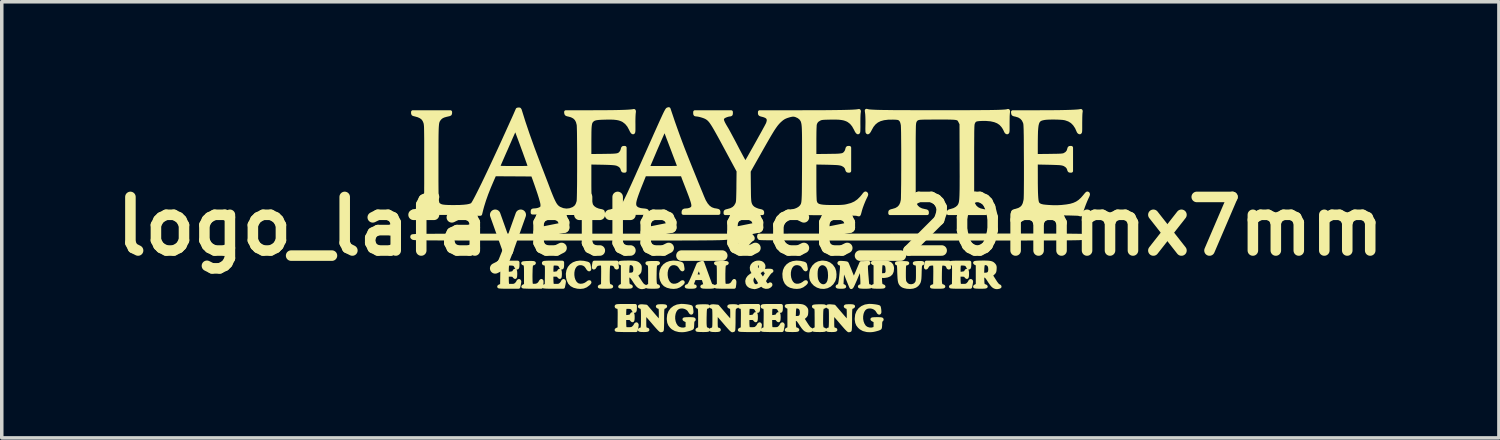
<source format=kicad_pcb>
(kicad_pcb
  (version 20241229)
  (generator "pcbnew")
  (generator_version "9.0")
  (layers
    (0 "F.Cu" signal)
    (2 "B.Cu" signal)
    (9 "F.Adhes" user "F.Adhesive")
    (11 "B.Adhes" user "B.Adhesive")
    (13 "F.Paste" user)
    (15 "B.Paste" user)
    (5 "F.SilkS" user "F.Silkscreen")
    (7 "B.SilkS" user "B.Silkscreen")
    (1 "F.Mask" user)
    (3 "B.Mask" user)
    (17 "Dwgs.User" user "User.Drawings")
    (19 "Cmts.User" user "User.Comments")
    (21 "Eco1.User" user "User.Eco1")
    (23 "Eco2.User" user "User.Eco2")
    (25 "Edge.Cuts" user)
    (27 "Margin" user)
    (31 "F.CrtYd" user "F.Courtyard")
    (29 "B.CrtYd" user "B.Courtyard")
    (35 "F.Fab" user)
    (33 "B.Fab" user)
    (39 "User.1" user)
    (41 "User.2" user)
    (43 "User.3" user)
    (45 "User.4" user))
  (footprint "logo_lafayette_ece_20mmx7mm"
    (layer "F.Cu")
    (at 18.295 3.387)
    (property "Reference" "logo_lafayette_ece_20mmx7mm" (at 0 0 0) (layer "F.SilkS") (effects (font (size 1.524 1.524) (thickness 0.3))))
    (attr through_hole)
    (fp_poly (pts (xy 0.076 0.339) (xy 0.072 0.362) (xy 0.065 0.368) (xy 0.045 0.378) (xy 0.015 0.402) (xy -0.02 0.436) (xy -0.054 0.475) (xy -0.083 0.513) (xy -0.096 0.535) (xy -0.116 0.571) (xy -0.133 0.59) (xy -0.154 0.596) (xy -0.171 0.597) (xy -0.208 0.59) (xy -0.24 0.566) (xy -0.246 0.558) (xy -0.272 0.521) (xy -0.297 0.477) (xy -0.303 0.465) (xy -0.342 0.407) (xy -0.384 0.37) (xy -0.425 0.341) (xy -0.445 0.317) (xy -0.444 0.296) (xy -0.423 0.272) (xy -0.379 0.241) (xy -0.368 0.234) (xy -0.314 0.194) (xy -0.268 0.152) (xy -0.242 0.122) (xy -0.205 0.075) (xy -0.173 0.053) (xy -0.145 0.055) (xy -0.117 0.08) (xy -0.098 0.111) (xy -0.072 0.151) (xy -0.034 0.198) (xy 0.006 0.241) (xy 0.047 0.286) (xy 0.071 0.321) (xy 0.076 0.339)) (stroke (width 0.1) (type solid)) (fill yes) (layer "F.SilkS"))
    (fp_poly (pts (xy -4.57 1.597) (xy -4.584 1.618) (xy -4.611 1.644) (xy -4.679 1.694) (xy -4.752 1.723) (xy -4.835 1.732) (xy -4.918 1.726) (xy -5.009 1.703) (xy -5.082 1.664) (xy -5.137 1.607) (xy -5.174 1.531) (xy -5.192 1.456) (xy -5.198 1.353) (xy -5.182 1.261) (xy -5.147 1.183) (xy -5.094 1.119) (xy -5.025 1.07) (xy -4.942 1.039) (xy -4.846 1.026) (xy -4.74 1.033) (xy -4.646 1.054) (xy -4.613 1.067) (xy -4.598 1.086) (xy -4.591 1.115) (xy -4.584 1.157) (xy -4.577 1.195) (xy -4.576 1.197) (xy -4.576 1.225) (xy -4.586 1.232) (xy -4.603 1.222) (xy -4.625 1.194) (xy -4.637 1.172) (xy -4.679 1.115) (xy -4.735 1.076) (xy -4.801 1.057) (xy -4.87 1.058) (xy -4.924 1.075) (xy -4.976 1.113) (xy -5.015 1.168) (xy -5.042 1.236) (xy -5.055 1.312) (xy -5.056 1.391) (xy -5.045 1.47) (xy -5.021 1.542) (xy -4.985 1.605) (xy -4.937 1.652) (xy -4.909 1.669) (xy -4.847 1.685) (xy -4.777 1.682) (xy -4.706 1.661) (xy -4.642 1.623) (xy -4.623 1.606) (xy -4.594 1.586) (xy -4.574 1.586) (xy -4.57 1.597)) (stroke (width 0.1) (type solid)) (fill yes) (layer "F.SilkS"))
    (fp_poly (pts (xy -2.619 1.715) (xy -2.635 1.721) (xy -2.675 1.725) (xy -2.74 1.727) (xy -2.775 1.727) (xy -2.835 1.726) (xy -2.885 1.724) (xy -2.919 1.721) (xy -2.934 1.718) (xy -2.934 1.717) (xy -2.923 1.706) (xy -2.897 1.694) (xy -2.896 1.693) (xy -2.857 1.679) (xy -2.857 1.387) (xy -2.858 1.29) (xy -2.858 1.216) (xy -2.86 1.161) (xy -2.864 1.122) (xy -2.87 1.096) (xy -2.878 1.08) (xy -2.89 1.071) (xy -2.906 1.066) (xy -2.912 1.065) (xy -2.931 1.056) (xy -2.934 1.05) (xy -2.922 1.046) (xy -2.889 1.042) (xy -2.841 1.039) (xy -2.782 1.037) (xy -2.775 1.037) (xy -2.704 1.037) (xy -2.653 1.039) (xy -2.625 1.043) (xy -2.62 1.048) (xy -2.635 1.06) (xy -2.651 1.064) (xy -2.671 1.069) (xy -2.686 1.079) (xy -2.697 1.097) (xy -2.705 1.127) (xy -2.71 1.171) (xy -2.713 1.233) (xy -2.715 1.317) (xy -2.715 1.345) (xy -2.717 1.447) (xy -2.716 1.526) (xy -2.713 1.586) (xy -2.708 1.629) (xy -2.699 1.659) (xy -2.687 1.678) (xy -2.671 1.69) (xy -2.657 1.695) (xy -2.626 1.706) (xy -2.619 1.715)) (stroke (width 0.1) (type solid)) (fill yes) (layer "F.SilkS"))
    (fp_poly (pts (xy -1.916 1.597) (xy -1.93 1.618) (xy -1.957 1.644) (xy -2.025 1.694) (xy -2.098 1.723) (xy -2.18 1.732) (xy -2.263 1.726) (xy -2.355 1.703) (xy -2.428 1.664) (xy -2.482 1.607) (xy -2.52 1.531) (xy -2.538 1.456) (xy -2.543 1.353) (xy -2.528 1.261) (xy -2.493 1.183) (xy -2.44 1.119) (xy -2.371 1.07) (xy -2.288 1.039) (xy -2.192 1.026) (xy -2.085 1.033) (xy -1.991 1.054) (xy -1.959 1.067) (xy -1.943 1.086) (xy -1.936 1.115) (xy -1.929 1.157) (xy -1.923 1.195) (xy -1.922 1.197) (xy -1.922 1.225) (xy -1.932 1.232) (xy -1.949 1.222) (xy -1.971 1.194) (xy -1.983 1.172) (xy -2.025 1.115) (xy -2.081 1.076) (xy -2.147 1.057) (xy -2.216 1.058) (xy -2.27 1.075) (xy -2.322 1.113) (xy -2.361 1.168) (xy -2.387 1.236) (xy -2.401 1.312) (xy -2.402 1.391) (xy -2.391 1.47) (xy -2.367 1.542) (xy -2.331 1.605) (xy -2.283 1.652) (xy -2.255 1.669) (xy -2.192 1.685) (xy -2.122 1.682) (xy -2.052 1.661) (xy -1.988 1.623) (xy -1.968 1.606) (xy -1.94 1.586) (xy -1.92 1.586) (xy -1.916 1.597)) (stroke (width 0.1) (type solid)) (fill yes) (layer "F.SilkS"))
    (fp_poly (pts (xy -1.196 2.947) (xy -1.212 2.953) (xy -1.253 2.957) (xy -1.318 2.959) (xy -1.353 2.959) (xy -1.413 2.958) (xy -1.462 2.956) (xy -1.497 2.953) (xy -1.511 2.95) (xy -1.511 2.949) (xy -1.501 2.938) (xy -1.475 2.926) (xy -1.473 2.925) (xy -1.435 2.911) (xy -1.435 2.619) (xy -1.435 2.522) (xy -1.436 2.448) (xy -1.438 2.392) (xy -1.442 2.353) (xy -1.447 2.328) (xy -1.456 2.312) (xy -1.468 2.303) (xy -1.483 2.298) (xy -1.49 2.297) (xy -1.509 2.288) (xy -1.512 2.282) (xy -1.5 2.278) (xy -1.467 2.274) (xy -1.419 2.271) (xy -1.359 2.269) (xy -1.353 2.269) (xy -1.281 2.269) (xy -1.231 2.271) (xy -1.203 2.275) (xy -1.198 2.28) (xy -1.212 2.292) (xy -1.229 2.296) (xy -1.249 2.301) (xy -1.264 2.311) (xy -1.275 2.329) (xy -1.282 2.358) (xy -1.287 2.403) (xy -1.29 2.465) (xy -1.292 2.548) (xy -1.293 2.577) (xy -1.294 2.678) (xy -1.294 2.758) (xy -1.291 2.818) (xy -1.286 2.861) (xy -1.277 2.891) (xy -1.265 2.91) (xy -1.248 2.922) (xy -1.235 2.927) (xy -1.204 2.938) (xy -1.196 2.947)) (stroke (width 0.1) (type solid)) (fill yes) (layer "F.SilkS"))
    (fp_poly (pts (xy 1.589 1.597) (xy 1.575 1.618) (xy 1.549 1.644) (xy 1.481 1.694) (xy 1.408 1.723) (xy 1.325 1.732) (xy 1.242 1.726) (xy 1.15 1.703) (xy 1.078 1.664) (xy 1.023 1.607) (xy 0.986 1.531) (xy 0.968 1.456) (xy 0.962 1.353) (xy 0.977 1.261) (xy 1.012 1.183) (xy 1.065 1.119) (xy 1.134 1.07) (xy 1.218 1.039) (xy 1.313 1.026) (xy 1.42 1.033) (xy 1.514 1.054) (xy 1.546 1.067) (xy 1.562 1.086) (xy 1.569 1.115) (xy 1.576 1.157) (xy 1.583 1.195) (xy 1.583 1.197) (xy 1.584 1.225) (xy 1.574 1.232) (xy 1.556 1.222) (xy 1.535 1.194) (xy 1.522 1.172) (xy 1.48 1.115) (xy 1.424 1.076) (xy 1.358 1.057) (xy 1.289 1.058) (xy 1.235 1.075) (xy 1.183 1.113) (xy 1.144 1.168) (xy 1.118 1.236) (xy 1.104 1.312) (xy 1.103 1.391) (xy 1.114 1.47) (xy 1.138 1.542) (xy 1.174 1.605) (xy 1.222 1.652) (xy 1.25 1.669) (xy 1.313 1.685) (xy 1.383 1.682) (xy 1.453 1.661) (xy 1.517 1.623) (xy 1.537 1.606) (xy 1.565 1.586) (xy 1.585 1.586) (xy 1.589 1.597)) (stroke (width 0.1) (type solid)) (fill yes) (layer "F.SilkS"))
    (fp_poly (pts (xy 2.118 2.947) (xy 2.102 2.953) (xy 2.062 2.957) (xy 1.997 2.959) (xy 1.962 2.959) (xy 1.902 2.958) (xy 1.852 2.956) (xy 1.818 2.953) (xy 1.804 2.95) (xy 1.803 2.949) (xy 1.814 2.938) (xy 1.84 2.926) (xy 1.841 2.925) (xy 1.88 2.911) (xy 1.88 2.619) (xy 1.879 2.522) (xy 1.879 2.448) (xy 1.877 2.392) (xy 1.873 2.353) (xy 1.867 2.328) (xy 1.859 2.312) (xy 1.847 2.303) (xy 1.831 2.298) (xy 1.825 2.297) (xy 1.806 2.288) (xy 1.803 2.282) (xy 1.815 2.278) (xy 1.848 2.274) (xy 1.896 2.271) (xy 1.955 2.269) (xy 1.962 2.269) (xy 2.033 2.269) (xy 2.084 2.271) (xy 2.112 2.275) (xy 2.117 2.28) (xy 2.102 2.292) (xy 2.086 2.296) (xy 2.066 2.301) (xy 2.051 2.311) (xy 2.04 2.329) (xy 2.033 2.358) (xy 2.027 2.403) (xy 2.024 2.465) (xy 2.022 2.548) (xy 2.022 2.577) (xy 2.021 2.678) (xy 2.021 2.758) (xy 2.024 2.818) (xy 2.029 2.861) (xy 2.038 2.891) (xy 2.05 2.91) (xy 2.066 2.922) (xy 2.08 2.927) (xy 2.111 2.938) (xy 2.118 2.947)) (stroke (width 0.1) (type solid)) (fill yes) (layer "F.SilkS"))
    (fp_poly (pts (xy 2.402 1.368) (xy 2.397 1.454) (xy 2.375 1.532) (xy 2.37 1.543) (xy 2.322 1.618) (xy 2.261 1.673) (xy 2.261 1.397) (xy 2.255 1.296) (xy 2.238 1.215) (xy 2.208 1.151) (xy 2.179 1.114) (xy 2.125 1.074) (xy 2.068 1.057) (xy 2.011 1.061) (xy 1.959 1.087) (xy 1.915 1.131) (xy 1.884 1.193) (xy 1.879 1.21) (xy 1.868 1.271) (xy 1.864 1.345) (xy 1.866 1.422) (xy 1.874 1.491) (xy 1.884 1.532) (xy 1.916 1.6) (xy 1.959 1.652) (xy 2.01 1.686) (xy 2.065 1.701) (xy 2.12 1.695) (xy 2.172 1.667) (xy 2.177 1.663) (xy 2.216 1.617) (xy 2.242 1.556) (xy 2.257 1.478) (xy 2.261 1.397) (xy 2.261 1.673) (xy 2.258 1.676) (xy 2.18 1.715) (xy 2.094 1.732) (xy 2.001 1.727) (xy 1.998 1.726) (xy 1.914 1.698) (xy 1.839 1.651) (xy 1.779 1.587) (xy 1.743 1.525) (xy 1.728 1.464) (xy 1.724 1.391) (xy 1.731 1.315) (xy 1.748 1.247) (xy 1.755 1.23) (xy 1.805 1.147) (xy 1.869 1.085) (xy 1.945 1.045) (xy 2.034 1.027) (xy 2.065 1.026) (xy 2.159 1.038) (xy 2.241 1.072) (xy 2.31 1.126) (xy 2.363 1.2) (xy 2.368 1.209) (xy 2.393 1.283) (xy 2.402 1.368)) (stroke (width 0.1) (type solid)) (fill yes) (layer "F.SilkS"))
    (fp_poly (pts (xy -5.932 1.593) (xy -5.937 1.65) (xy -5.939 1.668) (xy -5.947 1.727) (xy -6.206 1.727) (xy -6.284 1.727) (xy -6.352 1.725) (xy -6.407 1.723) (xy -6.446 1.721) (xy -6.464 1.718) (xy -6.464 1.717) (xy -6.454 1.706) (xy -6.428 1.694) (xy -6.426 1.693) (xy -6.388 1.679) (xy -6.388 1.387) (xy -6.388 1.29) (xy -6.389 1.216) (xy -6.391 1.161) (xy -6.395 1.122) (xy -6.4 1.096) (xy -6.409 1.08) (xy -6.421 1.071) (xy -6.436 1.066) (xy -6.443 1.065) (xy -6.463 1.056) (xy -6.468 1.05) (xy -6.457 1.046) (xy -6.426 1.043) (xy -6.378 1.039) (xy -6.319 1.037) (xy -6.308 1.037) (xy -6.233 1.036) (xy -6.182 1.038) (xy -6.156 1.042) (xy -6.151 1.047) (xy -6.165 1.06) (xy -6.182 1.064) (xy -6.202 1.069) (xy -6.217 1.079) (xy -6.228 1.097) (xy -6.235 1.127) (xy -6.24 1.171) (xy -6.243 1.233) (xy -6.245 1.317) (xy -6.246 1.345) (xy -6.247 1.424) (xy -6.246 1.497) (xy -6.245 1.56) (xy -6.242 1.607) (xy -6.239 1.632) (xy -6.232 1.662) (xy -6.221 1.677) (xy -6.199 1.684) (xy -6.163 1.687) (xy -6.09 1.683) (xy -6.034 1.66) (xy -5.993 1.619) (xy -5.982 1.601) (xy -5.96 1.563) (xy -5.944 1.549) (xy -5.934 1.559) (xy -5.932 1.593)) (stroke (width 0.1) (type solid)) (fill yes) (layer "F.SilkS"))
    (fp_poly (pts (xy -0.446 1.593) (xy -0.45 1.65) (xy -0.453 1.668) (xy -0.461 1.727) (xy -0.719 1.727) (xy -0.797 1.727) (xy -0.866 1.725) (xy -0.921 1.723) (xy -0.959 1.721) (xy -0.977 1.718) (xy -0.978 1.717) (xy -0.967 1.706) (xy -0.942 1.694) (xy -0.94 1.693) (xy -0.902 1.679) (xy -0.902 1.387) (xy -0.902 1.29) (xy -0.903 1.216) (xy -0.905 1.161) (xy -0.908 1.122) (xy -0.914 1.096) (xy -0.923 1.08) (xy -0.934 1.071) (xy -0.95 1.066) (xy -0.956 1.065) (xy -0.977 1.056) (xy -0.982 1.05) (xy -0.971 1.046) (xy -0.939 1.043) (xy -0.891 1.039) (xy -0.832 1.037) (xy -0.822 1.037) (xy -0.747 1.036) (xy -0.696 1.038) (xy -0.669 1.042) (xy -0.664 1.047) (xy -0.679 1.06) (xy -0.695 1.064) (xy -0.715 1.069) (xy -0.73 1.079) (xy -0.741 1.097) (xy -0.749 1.127) (xy -0.754 1.171) (xy -0.757 1.233) (xy -0.759 1.317) (xy -0.76 1.345) (xy -0.76 1.424) (xy -0.76 1.497) (xy -0.758 1.56) (xy -0.756 1.607) (xy -0.753 1.632) (xy -0.745 1.662) (xy -0.734 1.677) (xy -0.712 1.684) (xy -0.677 1.687) (xy -0.604 1.683) (xy -0.547 1.66) (xy -0.506 1.619) (xy -0.496 1.601) (xy -0.473 1.563) (xy -0.457 1.549) (xy -0.448 1.559) (xy -0.446 1.593)) (stroke (width 0.1) (type solid)) (fill yes) (layer "F.SilkS"))
    (fp_poly (pts (xy -3.788 1.175) (xy -3.802 1.181) (xy -3.82 1.172) (xy -3.823 1.163) (xy -3.83 1.141) (xy -3.849 1.113) (xy -3.852 1.11) (xy -3.88 1.086) (xy -3.917 1.074) (xy -3.945 1.07) (xy -3.977 1.068) (xy -4.001 1.07) (xy -4.019 1.079) (xy -4.031 1.099) (xy -4.039 1.132) (xy -4.044 1.182) (xy -4.047 1.25) (xy -4.049 1.341) (xy -4.049 1.345) (xy -4.05 1.447) (xy -4.05 1.526) (xy -4.047 1.586) (xy -4.042 1.629) (xy -4.033 1.659) (xy -4.021 1.678) (xy -4.004 1.69) (xy -3.991 1.695) (xy -3.96 1.706) (xy -3.952 1.714) (xy -3.967 1.721) (xy -4.006 1.725) (xy -4.069 1.727) (xy -4.123 1.727) (xy -4.185 1.727) (xy -4.236 1.725) (xy -4.272 1.722) (xy -4.288 1.719) (xy -4.288 1.718) (xy -4.27 1.708) (xy -4.24 1.697) (xy -4.238 1.696) (xy -4.197 1.683) (xy -4.194 1.392) (xy -4.193 1.286) (xy -4.194 1.203) (xy -4.196 1.143) (xy -4.199 1.104) (xy -4.204 1.085) (xy -4.205 1.084) (xy -4.229 1.072) (xy -4.267 1.067) (xy -4.312 1.07) (xy -4.354 1.079) (xy -4.368 1.085) (xy -4.398 1.111) (xy -4.419 1.142) (xy -4.434 1.169) (xy -4.449 1.181) (xy -4.45 1.181) (xy -4.458 1.174) (xy -4.459 1.151) (xy -4.453 1.108) (xy -4.453 1.105) (xy -4.44 1.029) (xy -4.119 1.029) (xy -3.797 1.029) (xy -3.797 1.076) (xy -3.795 1.116) (xy -3.79 1.15) (xy -3.789 1.153) (xy -3.788 1.175)) (stroke (width 0.1) (type solid)) (fill yes) (layer "F.SilkS"))
    (fp_poly (pts (xy 5.661 1.175) (xy 5.647 1.181) (xy 5.629 1.172) (xy 5.626 1.163) (xy 5.618 1.141) (xy 5.599 1.113) (xy 5.597 1.11) (xy 5.569 1.086) (xy 5.531 1.074) (xy 5.504 1.07) (xy 5.472 1.068) (xy 5.448 1.07) (xy 5.43 1.079) (xy 5.417 1.099) (xy 5.409 1.132) (xy 5.405 1.182) (xy 5.402 1.25) (xy 5.4 1.341) (xy 5.4 1.345) (xy 5.399 1.447) (xy 5.399 1.526) (xy 5.402 1.586) (xy 5.407 1.629) (xy 5.416 1.659) (xy 5.428 1.678) (xy 5.445 1.69) (xy 5.458 1.695) (xy 5.489 1.706) (xy 5.497 1.714) (xy 5.482 1.721) (xy 5.443 1.725) (xy 5.38 1.727) (xy 5.326 1.727) (xy 5.263 1.727) (xy 5.212 1.725) (xy 5.177 1.722) (xy 5.161 1.719) (xy 5.161 1.718) (xy 5.179 1.708) (xy 5.209 1.697) (xy 5.211 1.696) (xy 5.251 1.683) (xy 5.255 1.392) (xy 5.256 1.286) (xy 5.255 1.203) (xy 5.253 1.143) (xy 5.25 1.104) (xy 5.245 1.085) (xy 5.244 1.084) (xy 5.22 1.072) (xy 5.181 1.067) (xy 5.137 1.07) (xy 5.095 1.079) (xy 5.081 1.085) (xy 5.05 1.111) (xy 5.029 1.142) (xy 5.014 1.169) (xy 4.999 1.181) (xy 4.998 1.181) (xy 4.991 1.174) (xy 4.99 1.151) (xy 4.996 1.108) (xy 4.996 1.105) (xy 5.009 1.029) (xy 5.33 1.029) (xy 5.652 1.029) (xy 5.652 1.076) (xy 5.654 1.116) (xy 5.659 1.15) (xy 5.66 1.153) (xy 5.661 1.175)) (stroke (width 0.1) (type solid)) (fill yes) (layer "F.SilkS"))
    (fp_poly (pts (xy 4.039 1.203) (xy 4.03 1.28) (xy 4.004 1.339) (xy 3.959 1.381) (xy 3.895 1.407) (xy 3.832 1.418) (xy 3.786 1.421) (xy 3.76 1.42) (xy 3.747 1.412) (xy 3.743 1.405) (xy 3.742 1.392) (xy 3.756 1.386) (xy 3.79 1.384) (xy 3.79 1.384) (xy 3.83 1.381) (xy 3.857 1.368) (xy 3.874 1.349) (xy 3.888 1.328) (xy 3.896 1.304) (xy 3.898 1.27) (xy 3.897 1.218) (xy 3.897 1.216) (xy 3.89 1.151) (xy 3.876 1.106) (xy 3.851 1.078) (xy 3.812 1.062) (xy 3.789 1.058) (xy 3.762 1.056) (xy 3.74 1.058) (xy 3.725 1.069) (xy 3.714 1.09) (xy 3.707 1.126) (xy 3.703 1.178) (xy 3.7 1.25) (xy 3.698 1.339) (xy 3.697 1.441) (xy 3.697 1.521) (xy 3.7 1.582) (xy 3.705 1.626) (xy 3.713 1.657) (xy 3.725 1.677) (xy 3.741 1.689) (xy 3.756 1.695) (xy 3.787 1.706) (xy 3.795 1.715) (xy 3.779 1.721) (xy 3.738 1.725) (xy 3.673 1.727) (xy 3.639 1.727) (xy 3.578 1.726) (xy 3.529 1.724) (xy 3.494 1.721) (xy 3.48 1.718) (xy 3.48 1.717) (xy 3.49 1.706) (xy 3.516 1.694) (xy 3.518 1.693) (xy 3.556 1.679) (xy 3.556 1.378) (xy 3.556 1.077) (xy 3.518 1.063) (xy 3.492 1.05) (xy 3.48 1.039) (xy 3.48 1.039) (xy 3.492 1.035) (xy 3.524 1.031) (xy 3.572 1.028) (xy 3.63 1.026) (xy 3.693 1.025) (xy 3.757 1.025) (xy 3.815 1.026) (xy 3.847 1.027) (xy 3.924 1.039) (xy 3.981 1.067) (xy 4.019 1.11) (xy 4.037 1.17) (xy 4.039 1.203)) (stroke (width 0.1) (type solid)) (fill yes) (layer "F.SilkS"))
    (fp_poly (pts (xy -1.603 2.656) (xy -1.617 2.67) (xy -1.622 2.674) (xy -1.635 2.689) (xy -1.642 2.715) (xy -1.645 2.758) (xy -1.646 2.785) (xy -1.648 2.833) (xy -1.651 2.871) (xy -1.656 2.893) (xy -1.656 2.894) (xy -1.674 2.905) (xy -1.71 2.92) (xy -1.758 2.934) (xy -1.811 2.948) (xy -1.863 2.958) (xy -1.899 2.962) (xy -1.95 2.964) (xy -2.008 2.961) (xy -2.035 2.958) (xy -2.127 2.934) (xy -2.204 2.891) (xy -2.244 2.855) (xy -2.287 2.799) (xy -2.314 2.735) (xy -2.325 2.657) (xy -2.326 2.619) (xy -2.315 2.521) (xy -2.282 2.436) (xy -2.23 2.366) (xy -2.161 2.312) (xy -2.076 2.275) (xy -1.977 2.259) (xy -1.953 2.258) (xy -1.902 2.26) (xy -1.845 2.265) (xy -1.788 2.272) (xy -1.739 2.281) (xy -1.703 2.29) (xy -1.687 2.297) (xy -1.682 2.313) (xy -1.676 2.347) (xy -1.671 2.384) (xy -1.667 2.429) (xy -1.669 2.453) (xy -1.676 2.463) (xy -1.681 2.464) (xy -1.697 2.453) (xy -1.714 2.427) (xy -1.715 2.426) (xy -1.75 2.371) (xy -1.803 2.328) (xy -1.868 2.299) (xy -1.938 2.287) (xy -2.008 2.294) (xy -2.057 2.311) (xy -2.109 2.351) (xy -2.148 2.409) (xy -2.174 2.479) (xy -2.187 2.557) (xy -2.187 2.638) (xy -2.173 2.718) (xy -2.145 2.792) (xy -2.103 2.856) (xy -2.086 2.874) (xy -2.033 2.909) (xy -1.968 2.929) (xy -1.901 2.933) (xy -1.839 2.919) (xy -1.828 2.914) (xy -1.81 2.904) (xy -1.798 2.891) (xy -1.793 2.87) (xy -1.791 2.836) (xy -1.791 2.793) (xy -1.791 2.691) (xy -1.835 2.673) (xy -1.864 2.658) (xy -1.879 2.647) (xy -1.88 2.645) (xy -1.868 2.641) (xy -1.836 2.638) (xy -1.788 2.636) (xy -1.74 2.635) (xy -1.673 2.636) (xy -1.629 2.639) (xy -1.607 2.646) (xy -1.603 2.656)) (stroke (width 0.1) (type solid)) (fill yes) (layer "F.SilkS"))
    (fp_poly (pts (xy 3.743 2.656) (xy 3.73 2.67) (xy 3.724 2.674) (xy 3.712 2.689) (xy 3.705 2.715) (xy 3.701 2.758) (xy 3.701 2.785) (xy 3.699 2.833) (xy 3.695 2.871) (xy 3.691 2.893) (xy 3.69 2.894) (xy 3.673 2.905) (xy 3.637 2.92) (xy 3.589 2.934) (xy 3.536 2.948) (xy 3.484 2.958) (xy 3.448 2.962) (xy 3.397 2.964) (xy 3.339 2.961) (xy 3.312 2.958) (xy 3.22 2.934) (xy 3.143 2.891) (xy 3.103 2.855) (xy 3.059 2.799) (xy 3.033 2.735) (xy 3.021 2.657) (xy 3.021 2.619) (xy 3.032 2.521) (xy 3.065 2.436) (xy 3.117 2.366) (xy 3.186 2.312) (xy 3.271 2.275) (xy 3.369 2.259) (xy 3.394 2.258) (xy 3.445 2.26) (xy 3.502 2.265) (xy 3.558 2.272) (xy 3.608 2.281) (xy 3.644 2.29) (xy 3.659 2.297) (xy 3.665 2.313) (xy 3.671 2.347) (xy 3.676 2.384) (xy 3.679 2.429) (xy 3.678 2.453) (xy 3.671 2.463) (xy 3.666 2.464) (xy 3.649 2.453) (xy 3.633 2.427) (xy 3.632 2.426) (xy 3.596 2.371) (xy 3.543 2.328) (xy 3.479 2.299) (xy 3.409 2.287) (xy 3.338 2.294) (xy 3.289 2.311) (xy 3.238 2.351) (xy 3.199 2.409) (xy 3.173 2.479) (xy 3.16 2.557) (xy 3.16 2.638) (xy 3.174 2.718) (xy 3.202 2.792) (xy 3.243 2.856) (xy 3.261 2.874) (xy 3.314 2.909) (xy 3.379 2.929) (xy 3.446 2.933) (xy 3.507 2.919) (xy 3.519 2.914) (xy 3.537 2.904) (xy 3.548 2.891) (xy 3.554 2.87) (xy 3.556 2.836) (xy 3.556 2.793) (xy 3.556 2.691) (xy 3.512 2.673) (xy 3.483 2.658) (xy 3.468 2.647) (xy 3.467 2.645) (xy 3.479 2.641) (xy 3.511 2.638) (xy 3.558 2.636) (xy 3.607 2.635) (xy 3.674 2.636) (xy 3.717 2.639) (xy 3.74 2.646) (xy 3.743 2.656)) (stroke (width 0.1) (type solid)) (fill yes) (layer "F.SilkS"))
    (fp_poly (pts (xy 9.473 0.294) (xy 9.464 0.324) (xy 9.454 0.336) (xy 9.451 0.337) (xy 9.444 0.339) (xy 9.432 0.341) (xy 9.416 0.342) (xy 9.394 0.343) (xy 9.364 0.345) (xy 9.328 0.346) (xy 9.283 0.347) (xy 9.23 0.348) (xy 9.166 0.349) (xy 9.092 0.35) (xy 9.007 0.351) (xy 8.91 0.351) (xy 8.8 0.352) (xy 8.677 0.353) (xy 8.539 0.353) (xy 8.387 0.353) (xy 8.218 0.354) (xy 8.033 0.354) (xy 7.831 0.355) (xy 7.61 0.355) (xy 7.371 0.355) (xy 7.112 0.355) (xy 6.833 0.355) (xy 6.532 0.355) (xy 6.21 0.355) (xy 5.865 0.356) (xy 5.497 0.356) (xy 5.104 0.356) (xy 4.859 0.356) (xy 4.443 0.356) (xy 4.052 0.356) (xy 3.685 0.355) (xy 3.341 0.355) (xy 3.02 0.355) (xy 2.721 0.355) (xy 2.442 0.355) (xy 2.185 0.355) (xy 1.947 0.354) (xy 1.728 0.354) (xy 1.528 0.353) (xy 1.346 0.353) (xy 1.18 0.352) (xy 1.031 0.352) (xy 0.898 0.351) (xy 0.779 0.351) (xy 0.675 0.35) (xy 0.584 0.349) (xy 0.506 0.348) (xy 0.44 0.347) (xy 0.386 0.346) (xy 0.343 0.345) (xy 0.309 0.344) (xy 0.285 0.342) (xy 0.27 0.341) (xy 0.262 0.339) (xy 0.262 0.339) (xy 0.244 0.312) (xy 0.243 0.291) (xy 0.248 0.26) (xy 4.844 0.257) (xy 5.28 0.257) (xy 5.69 0.257) (xy 6.077 0.257) (xy 6.44 0.256) (xy 6.779 0.256) (xy 7.095 0.256) (xy 7.389 0.257) (xy 7.661 0.257) (xy 7.912 0.257) (xy 8.142 0.257) (xy 8.351 0.258) (xy 8.541 0.258) (xy 8.711 0.259) (xy 8.862 0.259) (xy 8.995 0.26) (xy 9.11 0.261) (xy 9.208 0.262) (xy 9.288 0.263) (xy 9.353 0.264) (xy 9.401 0.265) (xy 9.435 0.266) (xy 9.453 0.267) (xy 9.457 0.268) (xy 9.473 0.294)) (stroke (width 0.1) (type solid)) (fill yes) (layer "F.SilkS"))
    (fp_poly (pts (xy -1.04 1.713) (xy -1.056 1.719) (xy -1.094 1.724) (xy -1.151 1.727) (xy -1.206 1.727) (xy -1.277 1.726) (xy -1.33 1.724) (xy -1.362 1.719) (xy -1.372 1.714) (xy -1.361 1.705) (xy -1.343 1.702) (xy -1.311 1.699) (xy -1.293 1.688) (xy -1.288 1.666) (xy -1.295 1.627) (xy -1.309 1.579) (xy -1.341 1.48) (xy -1.372 1.48) (xy -1.372 1.412) (xy -1.376 1.394) (xy -1.386 1.358) (xy -1.401 1.313) (xy -1.418 1.265) (xy -1.435 1.22) (xy -1.449 1.185) (xy -1.458 1.166) (xy -1.458 1.165) (xy -1.466 1.173) (xy -1.48 1.198) (xy -1.499 1.235) (xy -1.518 1.28) (xy -1.536 1.325) (xy -1.551 1.366) (xy -1.561 1.396) (xy -1.562 1.407) (xy -1.552 1.416) (xy -1.522 1.421) (xy -1.469 1.422) (xy -1.467 1.422) (xy -1.421 1.421) (xy -1.388 1.418) (xy -1.372 1.413) (xy -1.372 1.412) (xy -1.372 1.48) (xy -1.467 1.48) (xy -1.593 1.48) (xy -1.63 1.574) (xy -1.647 1.622) (xy -1.656 1.651) (xy -1.657 1.668) (xy -1.651 1.679) (xy -1.643 1.685) (xy -1.614 1.699) (xy -1.598 1.702) (xy -1.578 1.708) (xy -1.575 1.714) (xy -1.587 1.72) (xy -1.62 1.725) (xy -1.671 1.727) (xy -1.695 1.727) (xy -1.752 1.726) (xy -1.793 1.722) (xy -1.814 1.717) (xy -1.816 1.714) (xy -1.806 1.703) (xy -1.799 1.702) (xy -1.78 1.698) (xy -1.761 1.687) (xy -1.742 1.664) (xy -1.719 1.628) (xy -1.693 1.577) (xy -1.661 1.508) (xy -1.622 1.419) (xy -1.6 1.366) (xy -1.48 1.078) (xy -1.424 1.053) (xy -1.39 1.04) (xy -1.368 1.033) (xy -1.363 1.033) (xy -1.358 1.045) (xy -1.345 1.079) (xy -1.327 1.129) (xy -1.303 1.194) (xy -1.276 1.27) (xy -1.251 1.338) (xy -1.221 1.422) (xy -1.193 1.499) (xy -1.168 1.565) (xy -1.149 1.618) (xy -1.135 1.652) (xy -1.13 1.665) (xy -1.108 1.686) (xy -1.079 1.697) (xy -1.048 1.706) (xy -1.04 1.713)) (stroke (width 0.1) (type solid)) (fill yes) (layer "F.SilkS"))
    (fp_poly (pts (xy -3.001 1.719) (xy -3.022 1.729) (xy -3.037 1.732) (xy -3.075 1.738) (xy -3.104 1.737) (xy -3.133 1.729) (xy -3.165 1.714) (xy -3.199 1.685) (xy -3.237 1.64) (xy -3.277 1.583) (xy -3.277 1.219) (xy -3.285 1.149) (xy -3.31 1.098) (xy -3.351 1.066) (xy -3.408 1.054) (xy -3.414 1.054) (xy -3.442 1.057) (xy -3.462 1.07) (xy -3.476 1.095) (xy -3.484 1.136) (xy -3.489 1.198) (xy -3.491 1.234) (xy -3.495 1.372) (xy -3.431 1.372) (xy -3.387 1.369) (xy -3.348 1.362) (xy -3.336 1.357) (xy -3.302 1.33) (xy -3.283 1.285) (xy -3.277 1.219) (xy -3.277 1.583) (xy -3.282 1.575) (xy -3.296 1.553) (xy -3.335 1.494) (xy -3.364 1.454) (xy -3.387 1.429) (xy -3.409 1.416) (xy -3.433 1.41) (xy -3.45 1.41) (xy -3.493 1.41) (xy -3.491 1.508) (xy -3.489 1.578) (xy -3.484 1.628) (xy -3.476 1.66) (xy -3.462 1.68) (xy -3.442 1.692) (xy -3.432 1.695) (xy -3.401 1.706) (xy -3.393 1.715) (xy -3.409 1.721) (xy -3.45 1.725) (xy -3.515 1.727) (xy -3.55 1.727) (xy -3.61 1.726) (xy -3.659 1.724) (xy -3.694 1.721) (xy -3.708 1.718) (xy -3.708 1.717) (xy -3.698 1.706) (xy -3.672 1.694) (xy -3.67 1.693) (xy -3.632 1.679) (xy -3.632 1.378) (xy -3.632 1.077) (xy -3.67 1.063) (xy -3.697 1.05) (xy -3.708 1.039) (xy -3.708 1.039) (xy -3.697 1.035) (xy -3.664 1.031) (xy -3.616 1.028) (xy -3.559 1.026) (xy -3.456 1.025) (xy -3.375 1.026) (xy -3.312 1.03) (xy -3.264 1.037) (xy -3.228 1.049) (xy -3.199 1.065) (xy -3.176 1.087) (xy -3.168 1.096) (xy -3.149 1.12) (xy -3.14 1.144) (xy -3.138 1.176) (xy -3.139 1.217) (xy -3.144 1.263) (xy -3.151 1.293) (xy -3.167 1.317) (xy -3.194 1.344) (xy -3.198 1.347) (xy -3.251 1.394) (xy -3.16 1.537) (xy -3.116 1.604) (xy -3.082 1.651) (xy -3.055 1.68) (xy -3.033 1.694) (xy -3.004 1.708) (xy -3.001 1.719)) (stroke (width 0.1) (type solid)) (fill yes) (layer "F.SilkS"))
    (fp_poly (pts (xy 1.736 2.951) (xy 1.715 2.961) (xy 1.7 2.964) (xy 1.662 2.97) (xy 1.633 2.968) (xy 1.604 2.961) (xy 1.572 2.946) (xy 1.538 2.917) (xy 1.5 2.872) (xy 1.46 2.815) (xy 1.46 2.451) (xy 1.452 2.381) (xy 1.427 2.33) (xy 1.386 2.298) (xy 1.329 2.286) (xy 1.323 2.286) (xy 1.295 2.289) (xy 1.275 2.302) (xy 1.261 2.327) (xy 1.253 2.368) (xy 1.248 2.43) (xy 1.247 2.466) (xy 1.242 2.603) (xy 1.306 2.603) (xy 1.35 2.601) (xy 1.389 2.594) (xy 1.401 2.589) (xy 1.435 2.562) (xy 1.454 2.517) (xy 1.46 2.451) (xy 1.46 2.815) (xy 1.455 2.807) (xy 1.441 2.785) (xy 1.402 2.726) (xy 1.373 2.686) (xy 1.35 2.661) (xy 1.328 2.648) (xy 1.304 2.642) (xy 1.287 2.642) (xy 1.245 2.642) (xy 1.246 2.74) (xy 1.248 2.81) (xy 1.253 2.859) (xy 1.261 2.892) (xy 1.275 2.912) (xy 1.295 2.924) (xy 1.305 2.927) (xy 1.336 2.938) (xy 1.344 2.947) (xy 1.328 2.953) (xy 1.287 2.957) (xy 1.222 2.959) (xy 1.187 2.959) (xy 1.127 2.958) (xy 1.078 2.956) (xy 1.043 2.953) (xy 1.029 2.95) (xy 1.029 2.949) (xy 1.039 2.938) (xy 1.065 2.926) (xy 1.067 2.925) (xy 1.105 2.911) (xy 1.105 2.61) (xy 1.105 2.309) (xy 1.067 2.295) (xy 1.041 2.282) (xy 1.029 2.271) (xy 1.029 2.271) (xy 1.041 2.266) (xy 1.073 2.263) (xy 1.121 2.26) (xy 1.178 2.258) (xy 1.281 2.257) (xy 1.362 2.258) (xy 1.425 2.262) (xy 1.473 2.269) (xy 1.509 2.281) (xy 1.538 2.297) (xy 1.561 2.318) (xy 1.569 2.327) (xy 1.588 2.352) (xy 1.597 2.376) (xy 1.599 2.408) (xy 1.598 2.449) (xy 1.594 2.495) (xy 1.586 2.525) (xy 1.57 2.549) (xy 1.543 2.576) (xy 1.539 2.578) (xy 1.486 2.625) (xy 1.577 2.769) (xy 1.621 2.836) (xy 1.656 2.883) (xy 1.683 2.912) (xy 1.704 2.926) (xy 1.733 2.94) (xy 1.736 2.951)) (stroke (width 0.1) (type solid)) (fill yes) (layer "F.SilkS"))
    (fp_poly (pts (xy 7.096 1.719) (xy 7.074 1.729) (xy 7.06 1.732) (xy 7.022 1.738) (xy 6.993 1.737) (xy 6.964 1.729) (xy 6.931 1.714) (xy 6.897 1.685) (xy 6.859 1.64) (xy 6.82 1.583) (xy 6.82 1.219) (xy 6.811 1.149) (xy 6.786 1.098) (xy 6.745 1.066) (xy 6.689 1.054) (xy 6.682 1.054) (xy 6.654 1.057) (xy 6.634 1.07) (xy 6.621 1.095) (xy 6.612 1.136) (xy 6.607 1.198) (xy 6.606 1.234) (xy 6.601 1.372) (xy 6.665 1.372) (xy 6.71 1.369) (xy 6.748 1.362) (xy 6.761 1.357) (xy 6.794 1.33) (xy 6.814 1.285) (xy 6.82 1.219) (xy 6.82 1.583) (xy 6.814 1.575) (xy 6.8 1.553) (xy 6.762 1.494) (xy 6.733 1.454) (xy 6.709 1.429) (xy 6.687 1.416) (xy 6.664 1.41) (xy 6.646 1.41) (xy 6.604 1.41) (xy 6.606 1.508) (xy 6.608 1.578) (xy 6.612 1.628) (xy 6.621 1.66) (xy 6.634 1.68) (xy 6.655 1.692) (xy 6.664 1.695) (xy 6.695 1.706) (xy 6.703 1.715) (xy 6.687 1.721) (xy 6.647 1.725) (xy 6.582 1.727) (xy 6.547 1.727) (xy 6.487 1.726) (xy 6.437 1.724) (xy 6.403 1.721) (xy 6.388 1.718) (xy 6.388 1.717) (xy 6.399 1.706) (xy 6.424 1.694) (xy 6.426 1.693) (xy 6.464 1.679) (xy 6.464 1.378) (xy 6.464 1.077) (xy 6.426 1.063) (xy 6.4 1.05) (xy 6.388 1.039) (xy 6.388 1.039) (xy 6.4 1.035) (xy 6.432 1.031) (xy 6.48 1.028) (xy 6.537 1.026) (xy 6.64 1.025) (xy 6.722 1.026) (xy 6.785 1.03) (xy 6.832 1.037) (xy 6.869 1.049) (xy 6.897 1.065) (xy 6.921 1.087) (xy 6.929 1.096) (xy 6.947 1.12) (xy 6.956 1.144) (xy 6.959 1.176) (xy 6.957 1.217) (xy 6.953 1.263) (xy 6.945 1.293) (xy 6.93 1.317) (xy 6.902 1.344) (xy 6.899 1.347) (xy 6.846 1.394) (xy 6.937 1.537) (xy 6.98 1.604) (xy 7.015 1.651) (xy 7.042 1.68) (xy 7.063 1.694) (xy 7.092 1.708) (xy 7.096 1.719)) (stroke (width 0.1) (type solid)) (fill yes) (layer "F.SilkS"))
    (fp_poly (pts (xy 4.902 1.051) (xy 4.892 1.064) (xy 4.877 1.067) (xy 4.851 1.077) (xy 4.84 1.089) (xy 4.836 1.109) (xy 4.832 1.149) (xy 4.828 1.205) (xy 4.825 1.273) (xy 4.824 1.327) (xy 4.821 1.416) (xy 4.817 1.485) (xy 4.81 1.537) (xy 4.8 1.577) (xy 4.785 1.609) (xy 4.764 1.639) (xy 4.74 1.667) (xy 4.692 1.701) (xy 4.626 1.724) (xy 4.548 1.733) (xy 4.462 1.729) (xy 4.451 1.727) (xy 4.387 1.714) (xy 4.341 1.696) (xy 4.306 1.671) (xy 4.297 1.662) (xy 4.277 1.638) (xy 4.263 1.612) (xy 4.252 1.58) (xy 4.244 1.537) (xy 4.238 1.48) (xy 4.234 1.405) (xy 4.23 1.315) (xy 4.228 1.231) (xy 4.225 1.17) (xy 4.222 1.126) (xy 4.219 1.098) (xy 4.214 1.081) (xy 4.207 1.073) (xy 4.199 1.069) (xy 4.193 1.067) (xy 4.167 1.059) (xy 4.165 1.051) (xy 4.185 1.045) (xy 4.227 1.041) (xy 4.289 1.039) (xy 4.318 1.039) (xy 4.377 1.04) (xy 4.425 1.042) (xy 4.458 1.045) (xy 4.471 1.05) (xy 4.471 1.05) (xy 4.46 1.059) (xy 4.44 1.064) (xy 4.418 1.069) (xy 4.402 1.078) (xy 4.39 1.095) (xy 4.382 1.124) (xy 4.378 1.168) (xy 4.376 1.23) (xy 4.375 1.313) (xy 4.375 1.332) (xy 4.375 1.414) (xy 4.376 1.475) (xy 4.379 1.519) (xy 4.382 1.55) (xy 4.388 1.573) (xy 4.396 1.591) (xy 4.401 1.6) (xy 4.446 1.656) (xy 4.5 1.689) (xy 4.566 1.699) (xy 4.582 1.699) (xy 4.65 1.684) (xy 4.702 1.652) (xy 4.74 1.6) (xy 4.74 1.599) (xy 4.748 1.58) (xy 4.754 1.555) (xy 4.758 1.521) (xy 4.761 1.474) (xy 4.762 1.409) (xy 4.762 1.326) (xy 4.762 1.24) (xy 4.761 1.176) (xy 4.758 1.13) (xy 4.752 1.1) (xy 4.743 1.082) (xy 4.73 1.072) (xy 4.712 1.066) (xy 4.702 1.065) (xy 4.675 1.059) (xy 4.672 1.052) (xy 4.689 1.046) (xy 4.724 1.041) (xy 4.776 1.038) (xy 4.788 1.037) (xy 4.846 1.037) (xy 4.882 1.04) (xy 4.9 1.046) (xy 4.902 1.051)) (stroke (width 0.1) (type solid)) (fill yes) (layer "F.SilkS"))
    (fp_poly (pts (xy -6.566 1.574) (xy -6.569 1.601) (xy -6.575 1.641) (xy -6.58 1.663) (xy -6.593 1.727) (xy -6.872 1.727) (xy -6.953 1.727) (xy -7.024 1.726) (xy -7.083 1.724) (xy -7.126 1.721) (xy -7.148 1.718) (xy -7.15 1.717) (xy -7.139 1.707) (xy -7.113 1.696) (xy -7.109 1.695) (xy -7.068 1.683) (xy -7.064 1.392) (xy -7.063 1.293) (xy -7.063 1.216) (xy -7.065 1.159) (xy -7.069 1.119) (xy -7.075 1.092) (xy -7.084 1.077) (xy -7.097 1.069) (xy -7.114 1.067) (xy -7.12 1.067) (xy -7.144 1.06) (xy -7.15 1.048) (xy -7.147 1.041) (xy -7.136 1.036) (xy -7.114 1.033) (xy -7.077 1.031) (xy -7.024 1.029) (xy -6.95 1.029) (xy -6.883 1.029) (xy -6.617 1.029) (xy -6.617 1.105) (xy -6.62 1.153) (xy -6.629 1.178) (xy -6.643 1.181) (xy -6.66 1.16) (xy -6.668 1.142) (xy -6.69 1.104) (xy -6.722 1.08) (xy -6.769 1.069) (xy -6.817 1.067) (xy -6.861 1.068) (xy -6.886 1.072) (xy -6.9 1.082) (xy -6.909 1.099) (xy -6.915 1.128) (xy -6.919 1.172) (xy -6.921 1.225) (xy -6.921 1.233) (xy -6.92 1.289) (xy -6.914 1.324) (xy -6.899 1.341) (xy -6.87 1.345) (xy -6.823 1.34) (xy -6.81 1.338) (xy -6.767 1.33) (xy -6.741 1.319) (xy -6.726 1.301) (xy -6.721 1.292) (xy -6.704 1.264) (xy -6.692 1.261) (xy -6.684 1.282) (xy -6.681 1.327) (xy -6.68 1.353) (xy -6.682 1.398) (xy -6.685 1.432) (xy -6.69 1.447) (xy -6.691 1.448) (xy -6.706 1.438) (xy -6.723 1.416) (xy -6.737 1.399) (xy -6.754 1.39) (xy -6.782 1.385) (xy -6.828 1.384) (xy -6.833 1.384) (xy -6.921 1.384) (xy -6.921 1.504) (xy -6.92 1.561) (xy -6.917 1.611) (xy -6.912 1.647) (xy -6.909 1.657) (xy -6.901 1.673) (xy -6.889 1.683) (xy -6.867 1.688) (xy -6.828 1.689) (xy -6.802 1.689) (xy -6.751 1.688) (xy -6.718 1.684) (xy -6.694 1.674) (xy -6.67 1.657) (xy -6.661 1.65) (xy -6.632 1.619) (xy -6.613 1.589) (xy -6.609 1.58) (xy -6.596 1.557) (xy -6.58 1.55) (xy -6.568 1.561) (xy -6.566 1.574)) (stroke (width 0.1) (type solid)) (fill yes) (layer "F.SilkS"))
    (fp_poly (pts (xy -5.296 1.574) (xy -5.299 1.601) (xy -5.305 1.641) (xy -5.31 1.663) (xy -5.323 1.727) (xy -5.602 1.727) (xy -5.683 1.727) (xy -5.754 1.726) (xy -5.813 1.724) (xy -5.856 1.721) (xy -5.878 1.718) (xy -5.88 1.717) (xy -5.869 1.707) (xy -5.843 1.696) (xy -5.839 1.695) (xy -5.798 1.683) (xy -5.794 1.392) (xy -5.793 1.293) (xy -5.793 1.216) (xy -5.795 1.159) (xy -5.799 1.119) (xy -5.805 1.092) (xy -5.814 1.077) (xy -5.827 1.069) (xy -5.844 1.067) (xy -5.85 1.067) (xy -5.874 1.06) (xy -5.88 1.048) (xy -5.877 1.041) (xy -5.866 1.036) (xy -5.844 1.033) (xy -5.807 1.031) (xy -5.754 1.029) (xy -5.68 1.029) (xy -5.613 1.029) (xy -5.347 1.029) (xy -5.347 1.105) (xy -5.35 1.153) (xy -5.359 1.178) (xy -5.373 1.181) (xy -5.39 1.16) (xy -5.398 1.142) (xy -5.42 1.104) (xy -5.452 1.08) (xy -5.499 1.069) (xy -5.547 1.067) (xy -5.591 1.068) (xy -5.616 1.072) (xy -5.63 1.082) (xy -5.639 1.099) (xy -5.645 1.128) (xy -5.649 1.172) (xy -5.651 1.225) (xy -5.652 1.233) (xy -5.65 1.289) (xy -5.644 1.324) (xy -5.629 1.341) (xy -5.6 1.345) (xy -5.553 1.34) (xy -5.54 1.338) (xy -5.497 1.33) (xy -5.471 1.319) (xy -5.456 1.301) (xy -5.451 1.292) (xy -5.434 1.264) (xy -5.422 1.261) (xy -5.414 1.282) (xy -5.411 1.327) (xy -5.41 1.353) (xy -5.412 1.398) (xy -5.415 1.432) (xy -5.42 1.447) (xy -5.421 1.448) (xy -5.436 1.438) (xy -5.453 1.416) (xy -5.467 1.399) (xy -5.484 1.39) (xy -5.512 1.385) (xy -5.558 1.384) (xy -5.563 1.384) (xy -5.652 1.384) (xy -5.652 1.504) (xy -5.65 1.561) (xy -5.647 1.611) (xy -5.642 1.647) (xy -5.639 1.657) (xy -5.631 1.673) (xy -5.619 1.683) (xy -5.597 1.688) (xy -5.558 1.689) (xy -5.532 1.689) (xy -5.481 1.688) (xy -5.448 1.684) (xy -5.424 1.674) (xy -5.4 1.657) (xy -5.391 1.65) (xy -5.362 1.619) (xy -5.343 1.589) (xy -5.339 1.58) (xy -5.326 1.557) (xy -5.31 1.55) (xy -5.298 1.561) (xy -5.296 1.574)) (stroke (width 0.1) (type solid)) (fill yes) (layer "F.SilkS"))
    (fp_poly (pts (xy -3.226 2.806) (xy -3.228 2.833) (xy -3.235 2.872) (xy -3.24 2.895) (xy -3.253 2.959) (xy -3.532 2.959) (xy -3.613 2.959) (xy -3.684 2.957) (xy -3.743 2.956) (xy -3.785 2.953) (xy -3.808 2.95) (xy -3.81 2.949) (xy -3.799 2.939) (xy -3.773 2.928) (xy -3.769 2.927) (xy -3.727 2.915) (xy -3.724 2.624) (xy -3.723 2.525) (xy -3.723 2.448) (xy -3.725 2.391) (xy -3.729 2.351) (xy -3.735 2.324) (xy -3.744 2.308) (xy -3.757 2.301) (xy -3.774 2.299) (xy -3.78 2.299) (xy -3.804 2.292) (xy -3.81 2.28) (xy -3.807 2.273) (xy -3.796 2.268) (xy -3.774 2.265) (xy -3.737 2.263) (xy -3.683 2.261) (xy -3.61 2.261) (xy -3.543 2.261) (xy -3.277 2.261) (xy -3.277 2.337) (xy -3.28 2.384) (xy -3.289 2.41) (xy -3.303 2.413) (xy -3.32 2.392) (xy -3.328 2.374) (xy -3.35 2.336) (xy -3.382 2.312) (xy -3.429 2.301) (xy -3.477 2.299) (xy -3.521 2.3) (xy -3.546 2.304) (xy -3.56 2.313) (xy -3.569 2.331) (xy -3.575 2.359) (xy -3.579 2.404) (xy -3.581 2.457) (xy -3.581 2.465) (xy -3.58 2.521) (xy -3.574 2.556) (xy -3.559 2.573) (xy -3.53 2.577) (xy -3.483 2.572) (xy -3.47 2.57) (xy -3.427 2.562) (xy -3.401 2.551) (xy -3.386 2.533) (xy -3.381 2.524) (xy -3.364 2.496) (xy -3.352 2.493) (xy -3.344 2.514) (xy -3.34 2.559) (xy -3.34 2.584) (xy -3.341 2.63) (xy -3.345 2.664) (xy -3.35 2.679) (xy -3.351 2.68) (xy -3.366 2.67) (xy -3.383 2.648) (xy -3.397 2.631) (xy -3.414 2.622) (xy -3.442 2.617) (xy -3.488 2.616) (xy -3.493 2.616) (xy -3.581 2.616) (xy -3.581 2.736) (xy -3.58 2.793) (xy -3.577 2.843) (xy -3.572 2.879) (xy -3.569 2.888) (xy -3.561 2.905) (xy -3.549 2.915) (xy -3.527 2.919) (xy -3.488 2.921) (xy -3.462 2.921) (xy -3.411 2.92) (xy -3.378 2.916) (xy -3.354 2.906) (xy -3.33 2.889) (xy -3.321 2.881) (xy -3.292 2.851) (xy -3.272 2.821) (xy -3.269 2.812) (xy -3.256 2.789) (xy -3.24 2.782) (xy -3.228 2.793) (xy -3.226 2.806)) (stroke (width 0.1) (type solid)) (fill yes) (layer "F.SilkS"))
    (fp_poly (pts (xy 0.279 2.806) (xy 0.277 2.833) (xy 0.27 2.872) (xy 0.266 2.895) (xy 0.252 2.959) (xy -0.026 2.959) (xy -0.107 2.959) (xy -0.179 2.957) (xy -0.238 2.956) (xy -0.28 2.953) (xy -0.302 2.95) (xy -0.305 2.949) (xy -0.294 2.939) (xy -0.267 2.928) (xy -0.264 2.927) (xy -0.222 2.915) (xy -0.219 2.624) (xy -0.218 2.525) (xy -0.218 2.448) (xy -0.22 2.391) (xy -0.223 2.351) (xy -0.23 2.324) (xy -0.239 2.308) (xy -0.252 2.301) (xy -0.269 2.299) (xy -0.275 2.299) (xy -0.299 2.292) (xy -0.305 2.28) (xy -0.302 2.273) (xy -0.291 2.268) (xy -0.268 2.265) (xy -0.232 2.263) (xy -0.178 2.261) (xy -0.104 2.261) (xy -0.038 2.261) (xy 0.229 2.261) (xy 0.229 2.337) (xy 0.225 2.384) (xy 0.216 2.41) (xy 0.202 2.413) (xy 0.186 2.392) (xy 0.178 2.374) (xy 0.155 2.336) (xy 0.123 2.312) (xy 0.076 2.301) (xy 0.029 2.299) (xy -0.016 2.3) (xy -0.041 2.304) (xy -0.055 2.313) (xy -0.064 2.331) (xy -0.07 2.359) (xy -0.074 2.404) (xy -0.076 2.457) (xy -0.076 2.465) (xy -0.075 2.521) (xy -0.069 2.556) (xy -0.054 2.573) (xy -0.025 2.577) (xy 0.022 2.572) (xy 0.035 2.57) (xy 0.078 2.562) (xy 0.104 2.551) (xy 0.12 2.533) (xy 0.124 2.524) (xy 0.141 2.496) (xy 0.153 2.493) (xy 0.161 2.514) (xy 0.165 2.559) (xy 0.165 2.584) (xy 0.164 2.63) (xy 0.16 2.664) (xy 0.155 2.679) (xy 0.154 2.68) (xy 0.14 2.67) (xy 0.122 2.648) (xy 0.108 2.631) (xy 0.091 2.622) (xy 0.063 2.617) (xy 0.017 2.616) (xy 0.012 2.616) (xy -0.076 2.616) (xy -0.076 2.736) (xy -0.075 2.793) (xy -0.071 2.843) (xy -0.066 2.879) (xy -0.064 2.888) (xy -0.056 2.905) (xy -0.044 2.915) (xy -0.021 2.919) (xy 0.017 2.921) (xy 0.044 2.921) (xy 0.094 2.92) (xy 0.127 2.916) (xy 0.152 2.906) (xy 0.175 2.889) (xy 0.184 2.881) (xy 0.213 2.851) (xy 0.233 2.821) (xy 0.236 2.812) (xy 0.249 2.789) (xy 0.265 2.782) (xy 0.277 2.793) (xy 0.279 2.806)) (stroke (width 0.1) (type solid)) (fill yes) (layer "F.SilkS"))
    (fp_poly (pts (xy 0.927 2.806) (xy 0.924 2.833) (xy 0.918 2.872) (xy 0.913 2.895) (xy 0.9 2.959) (xy 0.621 2.959) (xy 0.54 2.959) (xy 0.469 2.957) (xy 0.41 2.956) (xy 0.367 2.953) (xy 0.345 2.95) (xy 0.343 2.949) (xy 0.354 2.939) (xy 0.38 2.928) (xy 0.384 2.927) (xy 0.425 2.915) (xy 0.429 2.624) (xy 0.43 2.525) (xy 0.43 2.448) (xy 0.428 2.391) (xy 0.424 2.351) (xy 0.418 2.324) (xy 0.409 2.308) (xy 0.396 2.301) (xy 0.379 2.299) (xy 0.373 2.299) (xy 0.349 2.292) (xy 0.343 2.28) (xy 0.346 2.273) (xy 0.357 2.268) (xy 0.379 2.265) (xy 0.416 2.263) (xy 0.469 2.261) (xy 0.543 2.261) (xy 0.61 2.261) (xy 0.876 2.261) (xy 0.876 2.337) (xy 0.873 2.384) (xy 0.864 2.41) (xy 0.85 2.413) (xy 0.833 2.392) (xy 0.825 2.374) (xy 0.803 2.336) (xy 0.771 2.312) (xy 0.724 2.301) (xy 0.676 2.299) (xy 0.632 2.3) (xy 0.607 2.304) (xy 0.593 2.313) (xy 0.584 2.331) (xy 0.578 2.359) (xy 0.574 2.404) (xy 0.572 2.457) (xy 0.572 2.465) (xy 0.573 2.521) (xy 0.579 2.556) (xy 0.594 2.573) (xy 0.623 2.577) (xy 0.67 2.572) (xy 0.683 2.57) (xy 0.726 2.562) (xy 0.752 2.551) (xy 0.767 2.533) (xy 0.772 2.524) (xy 0.789 2.496) (xy 0.801 2.493) (xy 0.809 2.514) (xy 0.812 2.559) (xy 0.813 2.584) (xy 0.811 2.63) (xy 0.808 2.664) (xy 0.803 2.679) (xy 0.802 2.68) (xy 0.787 2.67) (xy 0.77 2.648) (xy 0.756 2.631) (xy 0.739 2.622) (xy 0.711 2.617) (xy 0.665 2.616) (xy 0.66 2.616) (xy 0.572 2.616) (xy 0.572 2.736) (xy 0.573 2.793) (xy 0.576 2.843) (xy 0.581 2.879) (xy 0.584 2.888) (xy 0.592 2.905) (xy 0.604 2.915) (xy 0.626 2.919) (xy 0.665 2.921) (xy 0.691 2.921) (xy 0.742 2.92) (xy 0.775 2.916) (xy 0.799 2.906) (xy 0.823 2.889) (xy 0.832 2.881) (xy 0.861 2.851) (xy 0.88 2.821) (xy 0.884 2.812) (xy 0.897 2.789) (xy 0.913 2.782) (xy 0.925 2.793) (xy 0.927 2.806)) (stroke (width 0.1) (type solid)) (fill yes) (layer "F.SilkS"))
    (fp_poly (pts (xy 6.287 1.574) (xy 6.284 1.601) (xy 6.277 1.641) (xy 6.273 1.663) (xy 6.259 1.727) (xy 5.981 1.727) (xy 5.9 1.727) (xy 5.828 1.726) (xy 5.769 1.724) (xy 5.727 1.721) (xy 5.705 1.718) (xy 5.702 1.717) (xy 5.713 1.707) (xy 5.74 1.696) (xy 5.744 1.695) (xy 5.785 1.683) (xy 5.788 1.392) (xy 5.789 1.293) (xy 5.789 1.216) (xy 5.787 1.159) (xy 5.784 1.119) (xy 5.777 1.092) (xy 5.768 1.077) (xy 5.755 1.069) (xy 5.738 1.067) (xy 5.732 1.067) (xy 5.708 1.06) (xy 5.702 1.048) (xy 5.705 1.041) (xy 5.716 1.036) (xy 5.739 1.033) (xy 5.775 1.031) (xy 5.829 1.029) (xy 5.903 1.029) (xy 5.969 1.029) (xy 6.236 1.029) (xy 6.236 1.105) (xy 6.232 1.153) (xy 6.223 1.178) (xy 6.21 1.181) (xy 6.193 1.16) (xy 6.185 1.142) (xy 6.162 1.104) (xy 6.13 1.08) (xy 6.083 1.069) (xy 6.036 1.067) (xy 5.992 1.068) (xy 5.966 1.072) (xy 5.952 1.082) (xy 5.943 1.099) (xy 5.937 1.128) (xy 5.933 1.172) (xy 5.931 1.225) (xy 5.931 1.233) (xy 5.932 1.289) (xy 5.938 1.324) (xy 5.953 1.341) (xy 5.982 1.345) (xy 6.029 1.34) (xy 6.042 1.338) (xy 6.086 1.33) (xy 6.111 1.319) (xy 6.127 1.301) (xy 6.131 1.292) (xy 6.148 1.264) (xy 6.16 1.261) (xy 6.168 1.282) (xy 6.172 1.327) (xy 6.172 1.353) (xy 6.171 1.398) (xy 6.167 1.432) (xy 6.162 1.447) (xy 6.161 1.448) (xy 6.147 1.438) (xy 6.129 1.416) (xy 6.115 1.399) (xy 6.098 1.39) (xy 6.07 1.385) (xy 6.024 1.384) (xy 6.02 1.384) (xy 5.931 1.384) (xy 5.931 1.504) (xy 5.932 1.561) (xy 5.936 1.611) (xy 5.941 1.647) (xy 5.943 1.657) (xy 5.951 1.673) (xy 5.963 1.683) (xy 5.986 1.688) (xy 6.024 1.689) (xy 6.051 1.689) (xy 6.101 1.688) (xy 6.134 1.684) (xy 6.159 1.674) (xy 6.183 1.657) (xy 6.191 1.65) (xy 6.22 1.619) (xy 6.24 1.589) (xy 6.244 1.58) (xy 6.256 1.557) (xy 6.272 1.55) (xy 6.285 1.561) (xy 6.287 1.574)) (stroke (width 0.1) (type solid)) (fill yes) (layer "F.SilkS"))
    (fp_poly (pts (xy -0.618 0.312) (xy -0.619 0.317) (xy -0.622 0.321) (xy -0.628 0.325) (xy -0.639 0.328) (xy -0.654 0.331) (xy -0.675 0.334) (xy -0.702 0.337) (xy -0.736 0.339) (xy -0.779 0.342) (xy -0.829 0.344) (xy -0.89 0.346) (xy -0.96 0.347) (xy -1.042 0.349) (xy -1.135 0.35) (xy -1.24 0.351) (xy -1.359 0.352) (xy -1.493 0.353) (xy -1.64 0.354) (xy -1.804 0.354) (xy -1.984 0.355) (xy -2.181 0.355) (xy -2.396 0.355) (xy -2.63 0.355) (xy -2.883 0.356) (xy -3.156 0.356) (xy -3.451 0.356) (xy -3.767 0.356) (xy -4.106 0.356) (xy -4.468 0.356) (xy -4.855 0.356) (xy -5.119 0.356) (xy -5.519 0.356) (xy -5.893 0.356) (xy -6.244 0.356) (xy -6.572 0.356) (xy -6.878 0.355) (xy -7.162 0.355) (xy -7.426 0.355) (xy -7.67 0.355) (xy -7.894 0.355) (xy -8.101 0.355) (xy -8.289 0.355) (xy -8.461 0.354) (xy -8.618 0.354) (xy -8.758 0.353) (xy -8.885 0.353) (xy -8.998 0.352) (xy -9.098 0.352) (xy -9.187 0.351) (xy -9.264 0.35) (xy -9.33 0.349) (xy -9.387 0.348) (xy -9.435 0.347) (xy -9.475 0.346) (xy -9.508 0.345) (xy -9.534 0.344) (xy -9.555 0.342) (xy -9.571 0.341) (xy -9.582 0.339) (xy -9.59 0.337) (xy -9.596 0.335) (xy -9.6 0.333) (xy -9.603 0.331) (xy -9.623 0.31) (xy -9.623 0.292) (xy -9.619 0.283) (xy -9.617 0.281) (xy -9.613 0.279) (xy -9.607 0.278) (xy -9.598 0.276) (xy -9.584 0.274) (xy -9.566 0.273) (xy -9.542 0.271) (xy -9.511 0.27) (xy -9.474 0.269) (xy -9.428 0.268) (xy -9.374 0.267) (xy -9.31 0.266) (xy -9.236 0.265) (xy -9.15 0.265) (xy -9.053 0.264) (xy -8.943 0.263) (xy -8.82 0.263) (xy -8.683 0.262) (xy -8.53 0.262) (xy -8.362 0.262) (xy -8.177 0.261) (xy -7.975 0.261) (xy -7.754 0.261) (xy -7.515 0.261) (xy -7.256 0.261) (xy -6.977 0.261) (xy -6.676 0.26) (xy -6.353 0.26) (xy -6.008 0.26) (xy -5.639 0.26) (xy -5.245 0.26) (xy -5.117 0.26) (xy -0.629 0.26) (xy -0.624 0.291) (xy -0.623 0.297) (xy -0.621 0.303) (xy -0.619 0.308) (xy -0.618 0.312)) (stroke (width 0.1) (type solid)) (fill yes) (layer "F.SilkS"))
    (fp_poly (pts (xy -2.417 2.28) (xy -2.432 2.292) (xy -2.446 2.297) (xy -2.463 2.301) (xy -2.476 2.309) (xy -2.485 2.324) (xy -2.492 2.349) (xy -2.497 2.386) (xy -2.5 2.439) (xy -2.501 2.511) (xy -2.502 2.603) (xy -2.502 2.65) (xy -2.502 2.742) (xy -2.504 2.821) (xy -2.506 2.885) (xy -2.508 2.931) (xy -2.512 2.956) (xy -2.514 2.959) (xy -2.535 2.963) (xy -2.543 2.966) (xy -2.557 2.958) (xy -2.587 2.931) (xy -2.63 2.885) (xy -2.688 2.82) (xy -2.759 2.737) (xy -2.769 2.725) (xy -2.827 2.658) (xy -2.879 2.597) (xy -2.925 2.546) (xy -2.961 2.508) (xy -2.985 2.484) (xy -2.994 2.477) (xy -3 2.483) (xy -3.005 2.504) (xy -3.008 2.541) (xy -3.009 2.599) (xy -3.01 2.679) (xy -3.01 2.684) (xy -3.01 2.762) (xy -3.009 2.819) (xy -3.006 2.858) (xy -3.002 2.884) (xy -2.996 2.901) (xy -2.988 2.911) (xy -2.987 2.913) (xy -2.96 2.929) (xy -2.942 2.934) (xy -2.924 2.94) (xy -2.921 2.946) (xy -2.933 2.952) (xy -2.966 2.957) (xy -3.016 2.959) (xy -3.035 2.959) (xy -3.09 2.958) (xy -3.129 2.954) (xy -3.148 2.949) (xy -3.15 2.946) (xy -3.139 2.936) (xy -3.125 2.934) (xy -3.105 2.932) (xy -3.09 2.926) (xy -3.078 2.912) (xy -3.071 2.887) (xy -3.065 2.848) (xy -3.062 2.793) (xy -3.061 2.718) (xy -3.061 2.621) (xy -3.061 2.617) (xy -3.061 2.523) (xy -3.062 2.45) (xy -3.064 2.397) (xy -3.068 2.359) (xy -3.076 2.333) (xy -3.086 2.316) (xy -3.101 2.305) (xy -3.121 2.297) (xy -3.129 2.294) (xy -3.148 2.284) (xy -3.144 2.276) (xy -3.121 2.271) (xy -3.084 2.269) (xy -3.047 2.272) (xy -2.963 2.28) (xy -2.77 2.505) (xy -2.715 2.569) (xy -2.665 2.626) (xy -2.623 2.673) (xy -2.59 2.708) (xy -2.57 2.727) (xy -2.565 2.731) (xy -2.56 2.718) (xy -2.557 2.683) (xy -2.554 2.627) (xy -2.553 2.553) (xy -2.553 2.529) (xy -2.553 2.449) (xy -2.555 2.39) (xy -2.558 2.35) (xy -2.565 2.324) (xy -2.576 2.309) (xy -2.592 2.301) (xy -2.609 2.297) (xy -2.631 2.287) (xy -2.637 2.28) (xy -2.628 2.273) (xy -2.595 2.269) (xy -2.543 2.267) (xy -2.527 2.267) (xy -2.471 2.268) (xy -2.433 2.272) (xy -2.417 2.278) (xy -2.417 2.28)) (stroke (width 0.1) (type solid)) (fill yes) (layer "F.SilkS"))
    (fp_poly (pts (xy -0.385 2.28) (xy -0.4 2.292) (xy -0.414 2.297) (xy -0.431 2.301) (xy -0.444 2.309) (xy -0.453 2.324) (xy -0.46 2.349) (xy -0.465 2.386) (xy -0.468 2.439) (xy -0.469 2.511) (xy -0.47 2.603) (xy -0.47 2.65) (xy -0.47 2.742) (xy -0.472 2.821) (xy -0.474 2.885) (xy -0.476 2.931) (xy -0.48 2.956) (xy -0.482 2.959) (xy -0.503 2.963) (xy -0.511 2.966) (xy -0.525 2.958) (xy -0.555 2.931) (xy -0.598 2.885) (xy -0.656 2.82) (xy -0.727 2.737) (xy -0.737 2.725) (xy -0.795 2.658) (xy -0.847 2.597) (xy -0.893 2.546) (xy -0.929 2.508) (xy -0.953 2.484) (xy -0.962 2.477) (xy -0.968 2.483) (xy -0.973 2.504) (xy -0.976 2.541) (xy -0.977 2.599) (xy -0.978 2.679) (xy -0.978 2.684) (xy -0.978 2.762) (xy -0.977 2.819) (xy -0.974 2.858) (xy -0.97 2.884) (xy -0.964 2.901) (xy -0.956 2.911) (xy -0.955 2.913) (xy -0.928 2.929) (xy -0.91 2.934) (xy -0.892 2.94) (xy -0.889 2.946) (xy -0.901 2.952) (xy -0.934 2.957) (xy -0.984 2.959) (xy -1.003 2.959) (xy -1.058 2.958) (xy -1.097 2.954) (xy -1.116 2.949) (xy -1.118 2.946) (xy -1.107 2.936) (xy -1.093 2.934) (xy -1.073 2.932) (xy -1.058 2.926) (xy -1.046 2.912) (xy -1.039 2.887) (xy -1.033 2.848) (xy -1.03 2.793) (xy -1.029 2.718) (xy -1.029 2.621) (xy -1.029 2.617) (xy -1.029 2.523) (xy -1.03 2.45) (xy -1.032 2.397) (xy -1.036 2.359) (xy -1.044 2.333) (xy -1.054 2.316) (xy -1.069 2.305) (xy -1.089 2.297) (xy -1.097 2.294) (xy -1.116 2.284) (xy -1.112 2.276) (xy -1.089 2.271) (xy -1.052 2.269) (xy -1.015 2.272) (xy -0.931 2.28) (xy -0.738 2.505) (xy -0.683 2.569) (xy -0.633 2.626) (xy -0.591 2.673) (xy -0.558 2.708) (xy -0.538 2.727) (xy -0.533 2.731) (xy -0.528 2.718) (xy -0.525 2.683) (xy -0.522 2.627) (xy -0.521 2.553) (xy -0.521 2.529) (xy -0.521 2.449) (xy -0.523 2.39) (xy -0.526 2.35) (xy -0.533 2.324) (xy -0.544 2.309) (xy -0.56 2.301) (xy -0.577 2.297) (xy -0.599 2.287) (xy -0.605 2.28) (xy -0.596 2.273) (xy -0.563 2.269) (xy -0.511 2.267) (xy -0.495 2.267) (xy -0.439 2.268) (xy -0.401 2.272) (xy -0.385 2.278) (xy -0.385 2.28)) (stroke (width 0.1) (type solid)) (fill yes) (layer "F.SilkS"))
    (fp_poly (pts (xy 2.929 2.28) (xy 2.915 2.292) (xy 2.901 2.297) (xy 2.884 2.301) (xy 2.871 2.309) (xy 2.861 2.324) (xy 2.854 2.349) (xy 2.85 2.386) (xy 2.847 2.439) (xy 2.845 2.511) (xy 2.845 2.603) (xy 2.845 2.65) (xy 2.844 2.742) (xy 2.843 2.821) (xy 2.841 2.885) (xy 2.838 2.931) (xy 2.835 2.956) (xy 2.833 2.959) (xy 2.811 2.963) (xy 2.804 2.966) (xy 2.789 2.958) (xy 2.76 2.931) (xy 2.716 2.885) (xy 2.659 2.82) (xy 2.587 2.737) (xy 2.577 2.725) (xy 2.52 2.658) (xy 2.467 2.597) (xy 2.422 2.546) (xy 2.386 2.508) (xy 2.362 2.484) (xy 2.353 2.477) (xy 2.346 2.483) (xy 2.342 2.504) (xy 2.339 2.541) (xy 2.337 2.599) (xy 2.337 2.679) (xy 2.337 2.684) (xy 2.337 2.762) (xy 2.338 2.819) (xy 2.34 2.858) (xy 2.344 2.884) (xy 2.35 2.901) (xy 2.359 2.911) (xy 2.36 2.913) (xy 2.386 2.929) (xy 2.404 2.934) (xy 2.423 2.94) (xy 2.426 2.946) (xy 2.414 2.952) (xy 2.381 2.957) (xy 2.33 2.959) (xy 2.311 2.959) (xy 2.257 2.958) (xy 2.218 2.954) (xy 2.198 2.949) (xy 2.197 2.946) (xy 2.208 2.936) (xy 2.222 2.934) (xy 2.242 2.932) (xy 2.257 2.926) (xy 2.268 2.912) (xy 2.276 2.887) (xy 2.281 2.848) (xy 2.284 2.793) (xy 2.286 2.718) (xy 2.286 2.621) (xy 2.286 2.617) (xy 2.286 2.523) (xy 2.285 2.45) (xy 2.283 2.397) (xy 2.278 2.359) (xy 2.271 2.333) (xy 2.26 2.316) (xy 2.245 2.305) (xy 2.225 2.297) (xy 2.217 2.294) (xy 2.199 2.284) (xy 2.203 2.276) (xy 2.225 2.271) (xy 2.263 2.269) (xy 2.3 2.272) (xy 2.384 2.28) (xy 2.577 2.505) (xy 2.632 2.569) (xy 2.682 2.626) (xy 2.724 2.673) (xy 2.756 2.708) (xy 2.776 2.727) (xy 2.781 2.731) (xy 2.786 2.718) (xy 2.79 2.683) (xy 2.793 2.627) (xy 2.794 2.553) (xy 2.794 2.529) (xy 2.794 2.449) (xy 2.792 2.39) (xy 2.788 2.35) (xy 2.781 2.324) (xy 2.771 2.309) (xy 2.755 2.301) (xy 2.738 2.297) (xy 2.716 2.287) (xy 2.709 2.28) (xy 2.719 2.273) (xy 2.751 2.269) (xy 2.803 2.267) (xy 2.819 2.267) (xy 2.876 2.268) (xy 2.913 2.272) (xy 2.929 2.278) (xy 2.929 2.28)) (stroke (width 0.1) (type solid)) (fill yes) (layer "F.SilkS"))
    (fp_poly (pts (xy 0.607 1.272) (xy 0.59 1.285) (xy 0.581 1.289) (xy 0.564 1.304) (xy 0.537 1.335) (xy 0.506 1.377) (xy 0.472 1.425) (xy 0.44 1.473) (xy 0.414 1.515) (xy 0.398 1.547) (xy 0.394 1.56) (xy 0.401 1.581) (xy 0.419 1.612) (xy 0.441 1.643) (xy 0.461 1.665) (xy 0.463 1.667) (xy 0.494 1.676) (xy 0.529 1.67) (xy 0.547 1.657) (xy 0.565 1.645) (xy 0.576 1.65) (xy 0.579 1.668) (xy 0.564 1.69) (xy 0.535 1.711) (xy 0.5 1.726) (xy 0.44 1.73) (xy 0.383 1.713) (xy 0.343 1.683) (xy 0.314 1.652) (xy 0.275 1.682) (xy 0.275 1.632) (xy 0.272 1.613) (xy 0.257 1.58) (xy 0.233 1.539) (xy 0.205 1.494) (xy 0.175 1.451) (xy 0.148 1.415) (xy 0.126 1.393) (xy 0.115 1.387) (xy 0.096 1.399) (xy 0.073 1.425) (xy 0.067 1.434) (xy 0.044 1.489) (xy 0.038 1.549) (xy 0.051 1.608) (xy 0.079 1.658) (xy 0.104 1.682) (xy 0.144 1.7) (xy 0.186 1.696) (xy 0.226 1.676) (xy 0.255 1.655) (xy 0.273 1.635) (xy 0.275 1.632) (xy 0.275 1.682) (xy 0.274 1.683) (xy 0.244 1.7) (xy 0.203 1.717) (xy 0.161 1.731) (xy 0.126 1.738) (xy 0.114 1.738) (xy 0.099 1.735) (xy 0.068 1.73) (xy 0.054 1.728) (xy -0.011 1.707) (xy -0.059 1.669) (xy -0.086 1.62) (xy -0.094 1.558) (xy -0.078 1.499) (xy -0.039 1.444) (xy 0.021 1.395) (xy 0.054 1.377) (xy 0.082 1.362) (xy 0.098 1.353) (xy 0.099 1.352) (xy 0.095 1.341) (xy 0.081 1.315) (xy 0.069 1.296) (xy 0.04 1.234) (xy 0.035 1.174) (xy 0.052 1.119) (xy 0.09 1.074) (xy 0.146 1.041) (xy 0.193 1.028) (xy 0.256 1.026) (xy 0.311 1.04) (xy 0.352 1.07) (xy 0.377 1.111) (xy 0.381 1.142) (xy 0.374 1.19) (xy 0.349 1.229) (xy 0.304 1.266) (xy 0.292 1.273) (xy 0.292 1.147) (xy 0.284 1.104) (xy 0.263 1.072) (xy 0.234 1.054) (xy 0.202 1.055) (xy 0.18 1.069) (xy 0.169 1.096) (xy 0.166 1.137) (xy 0.17 1.184) (xy 0.183 1.229) (xy 0.187 1.239) (xy 0.209 1.285) (xy 0.251 1.24) (xy 0.28 1.201) (xy 0.291 1.163) (xy 0.292 1.147) (xy 0.292 1.273) (xy 0.285 1.277) (xy 0.253 1.297) (xy 0.233 1.312) (xy 0.229 1.316) (xy 0.235 1.332) (xy 0.253 1.361) (xy 0.276 1.398) (xy 0.303 1.437) (xy 0.329 1.472) (xy 0.349 1.497) (xy 0.36 1.508) (xy 0.361 1.508) (xy 0.374 1.494) (xy 0.394 1.465) (xy 0.418 1.427) (xy 0.441 1.386) (xy 0.46 1.349) (xy 0.469 1.324) (xy 0.47 1.319) (xy 0.459 1.298) (xy 0.445 1.289) (xy 0.421 1.278) (xy 0.421 1.269) (xy 0.444 1.262) (xy 0.486 1.258) (xy 0.514 1.257) (xy 0.57 1.259) (xy 0.601 1.264) (xy 0.607 1.272)) (stroke (width 0.1) (type solid)) (fill yes) (layer "F.SilkS"))
    (fp_poly (pts (xy 3.417 1.713) (xy 3.401 1.72) (xy 3.365 1.724) (xy 3.308 1.727) (xy 3.264 1.727) (xy 3.197 1.726) (xy 3.148 1.723) (xy 3.118 1.719) (xy 3.111 1.714) (xy 3.122 1.704) (xy 3.135 1.702) (xy 3.153 1.7) (xy 3.166 1.694) (xy 3.175 1.679) (xy 3.18 1.653) (xy 3.182 1.613) (xy 3.181 1.556) (xy 3.177 1.479) (xy 3.173 1.405) (xy 3.168 1.326) (xy 3.163 1.257) (xy 3.159 1.202) (xy 3.155 1.163) (xy 3.151 1.144) (xy 3.151 1.143) (xy 3.144 1.154) (xy 3.129 1.186) (xy 3.106 1.234) (xy 3.079 1.297) (xy 3.047 1.369) (xy 3.025 1.421) (xy 2.983 1.52) (xy 2.949 1.597) (xy 2.923 1.655) (xy 2.903 1.696) (xy 2.888 1.721) (xy 2.878 1.734) (xy 2.871 1.736) (xy 2.867 1.732) (xy 2.861 1.718) (xy 2.846 1.683) (xy 2.825 1.632) (xy 2.799 1.568) (xy 2.769 1.494) (xy 2.756 1.46) (xy 2.725 1.384) (xy 2.697 1.316) (xy 2.673 1.259) (xy 2.655 1.217) (xy 2.644 1.193) (xy 2.642 1.19) (xy 2.636 1.195) (xy 2.63 1.224) (xy 2.623 1.278) (xy 2.617 1.356) (xy 2.611 1.459) (xy 2.608 1.509) (xy 2.6 1.677) (xy 2.64 1.692) (xy 2.67 1.706) (xy 2.677 1.716) (xy 2.659 1.723) (xy 2.617 1.727) (xy 2.578 1.727) (xy 2.528 1.726) (xy 2.492 1.722) (xy 2.477 1.716) (xy 2.477 1.714) (xy 2.487 1.703) (xy 2.494 1.702) (xy 2.512 1.699) (xy 2.527 1.687) (xy 2.54 1.664) (xy 2.55 1.627) (xy 2.56 1.573) (xy 2.57 1.499) (xy 2.58 1.408) (xy 2.59 1.308) (xy 2.597 1.229) (xy 2.6 1.17) (xy 2.6 1.128) (xy 2.597 1.1) (xy 2.59 1.082) (xy 2.579 1.073) (xy 2.564 1.069) (xy 2.562 1.069) (xy 2.536 1.061) (xy 2.527 1.047) (xy 2.532 1.039) (xy 2.549 1.034) (xy 2.582 1.034) (xy 2.632 1.037) (xy 2.681 1.041) (xy 2.721 1.047) (xy 2.743 1.051) (xy 2.745 1.053) (xy 2.753 1.066) (xy 2.768 1.1) (xy 2.788 1.149) (xy 2.813 1.209) (xy 2.83 1.251) (xy 2.864 1.337) (xy 2.89 1.401) (xy 2.91 1.448) (xy 2.924 1.48) (xy 2.934 1.499) (xy 2.941 1.509) (xy 2.946 1.511) (xy 2.947 1.511) (xy 2.954 1.5) (xy 2.969 1.469) (xy 2.992 1.422) (xy 3.019 1.361) (xy 3.049 1.291) (xy 3.055 1.276) (xy 3.155 1.041) (xy 3.221 1.041) (xy 3.268 1.04) (xy 3.311 1.036) (xy 3.326 1.033) (xy 3.354 1.031) (xy 3.365 1.039) (xy 3.365 1.046) (xy 3.355 1.063) (xy 3.342 1.067) (xy 3.324 1.068) (xy 3.311 1.075) (xy 3.302 1.089) (xy 3.297 1.115) (xy 3.296 1.154) (xy 3.297 1.209) (xy 3.302 1.285) (xy 3.308 1.374) (xy 3.315 1.455) (xy 3.321 1.529) (xy 3.326 1.591) (xy 3.331 1.637) (xy 3.334 1.664) (xy 3.335 1.667) (xy 3.352 1.686) (xy 3.379 1.698) (xy 3.41 1.706) (xy 3.417 1.713)) (stroke (width 0.1) (type solid)) (fill yes) (layer "F.SilkS"))
    (fp_poly (pts (xy -0.902 -0.375) (xy -1.403 -0.375) (xy -1.905 -0.375) (xy -1.905 -0.408) (xy -1.898 -0.436) (xy -1.875 -0.452) (xy -1.833 -0.457) (xy -1.827 -0.457) (xy -1.766 -0.463) (xy -1.709 -0.48) (xy -1.665 -0.504) (xy -1.649 -0.519) (xy -1.636 -0.541) (xy -1.628 -0.567) (xy -1.627 -0.6) (xy -1.633 -0.643) (xy -1.647 -0.697) (xy -1.669 -0.766) (xy -1.699 -0.852) (xy -1.739 -0.958) (xy -1.759 -1.01) (xy -1.793 -1.098) (xy -1.826 -1.183) (xy -1.856 -1.26) (xy -1.881 -1.325) (xy -1.9 -1.374) (xy -1.909 -1.4) (xy -1.937 -1.473) (xy -2.019 -1.473) (xy -2.019 -1.674) (xy -2.024 -1.688) (xy -2.036 -1.723) (xy -2.056 -1.776) (xy -2.082 -1.845) (xy -2.113 -1.927) (xy -2.148 -2.019) (xy -2.186 -2.119) (xy -2.189 -2.128) (xy -2.229 -2.233) (xy -2.268 -2.335) (xy -2.304 -2.43) (xy -2.337 -2.514) (xy -2.363 -2.585) (xy -2.384 -2.639) (xy -2.396 -2.67) (xy -2.413 -2.715) (xy -2.428 -2.749) (xy -2.437 -2.767) (xy -2.438 -2.768) (xy -2.445 -2.757) (xy -2.459 -2.725) (xy -2.482 -2.676) (xy -2.51 -2.611) (xy -2.544 -2.534) (xy -2.582 -2.448) (xy -2.622 -2.356) (xy -2.664 -2.26) (xy -2.706 -2.163) (xy -2.746 -2.068) (xy -2.785 -1.977) (xy -2.82 -1.894) (xy -2.851 -1.822) (xy -2.876 -1.763) (xy -2.894 -1.719) (xy -2.903 -1.695) (xy -2.904 -1.692) (xy -2.911 -1.664) (xy -2.465 -1.664) (xy -2.362 -1.664) (xy -2.267 -1.665) (xy -2.183 -1.666) (xy -2.114 -1.668) (xy -2.061 -1.67) (xy -2.029 -1.672) (xy -2.019 -1.674) (xy -2.019 -1.473) (xy -2.471 -1.473) (xy -3.006 -1.473) (xy -3.109 -1.216) (xy -3.163 -1.082) (xy -3.206 -0.968) (xy -3.24 -0.874) (xy -3.266 -0.795) (xy -3.284 -0.731) (xy -3.294 -0.679) (xy -3.297 -0.636) (xy -3.294 -0.601) (xy -3.286 -0.571) (xy -3.284 -0.567) (xy -3.253 -0.524) (xy -3.201 -0.491) (xy -3.13 -0.469) (xy -3.083 -0.462) (xy -3.02 -0.456) (xy -2.977 -0.45) (xy -2.952 -0.443) (xy -2.939 -0.434) (xy -2.934 -0.421) (xy -2.934 -0.409) (xy -2.934 -0.375) (xy -3.442 -0.375) (xy -3.95 -0.375) (xy -3.95 -0.41) (xy -3.945 -0.436) (xy -3.928 -0.444) (xy -3.921 -0.445) (xy -3.876 -0.45) (xy -3.819 -0.465) (xy -3.759 -0.485) (xy -3.707 -0.508) (xy -3.676 -0.527) (xy -3.659 -0.544) (xy -3.638 -0.571) (xy -3.613 -0.611) (xy -3.583 -0.664) (xy -3.548 -0.732) (xy -3.507 -0.816) (xy -3.458 -0.917) (xy -3.403 -1.037) (xy -3.339 -1.176) (xy -3.266 -1.338) (xy -3.222 -1.435) (xy -3.18 -1.531) (xy -3.128 -1.646) (xy -3.07 -1.776) (xy -3.007 -1.918) (xy -2.94 -2.067) (xy -2.872 -2.22) (xy -2.804 -2.372) (xy -2.738 -2.52) (xy -2.705 -2.595) (xy -2.637 -2.746) (xy -2.579 -2.875) (xy -2.53 -2.984) (xy -2.488 -3.075) (xy -2.454 -3.149) (xy -2.426 -3.208) (xy -2.403 -3.253) (xy -2.385 -3.286) (xy -2.371 -3.308) (xy -2.361 -3.322) (xy -2.353 -3.329) (xy -2.351 -3.329) (xy -2.328 -3.337) (xy -2.319 -3.337) (xy -2.315 -3.325) (xy -2.304 -3.292) (xy -2.288 -3.244) (xy -2.268 -3.185) (xy -2.256 -3.15) (xy -2.195 -2.969) (xy -2.126 -2.774) (xy -2.054 -2.574) (xy -1.981 -2.377) (xy -1.925 -2.229) (xy -1.896 -2.155) (xy -1.861 -2.066) (xy -1.821 -1.965) (xy -1.777 -1.854) (xy -1.73 -1.737) (xy -1.681 -1.615) (xy -1.631 -1.492) (xy -1.581 -1.369) (xy -1.533 -1.249) (xy -1.486 -1.135) (xy -1.443 -1.03) (xy -1.404 -0.936) (xy -1.371 -0.854) (xy -1.343 -0.789) (xy -1.323 -0.743) (xy -1.312 -0.718) (xy -1.253 -0.62) (xy -1.189 -0.546) (xy -1.117 -0.495) (xy -1.036 -0.466) (xy -1.022 -0.464) (xy -0.967 -0.455) (xy -0.932 -0.447) (xy -0.912 -0.44) (xy -0.904 -0.43) (xy -0.902 -0.416) (xy -0.902 -0.409) (xy -0.902 -0.375)) (stroke (width 0.1) (type solid)) (fill yes) (layer "F.SilkS"))
    (fp_poly (pts (xy 9.612 -0.904) (xy 9.604 -0.877) (xy 9.585 -0.836) (xy 9.575 -0.815) (xy 9.539 -0.734) (xy 9.503 -0.646) (xy 9.47 -0.558) (xy 9.443 -0.477) (xy 9.424 -0.41) (xy 9.423 -0.403) (xy 9.413 -0.365) (xy 9.404 -0.339) (xy 9.399 -0.332) (xy 9.383 -0.335) (xy 9.352 -0.343) (xy 9.341 -0.346) (xy 9.318 -0.349) (xy 9.272 -0.351) (xy 9.202 -0.353) (xy 9.112 -0.356) (xy 9.002 -0.358) (xy 8.873 -0.36) (xy 8.728 -0.361) (xy 8.567 -0.363) (xy 8.392 -0.364) (xy 8.379 -0.364) (xy 7.468 -0.37) (xy 7.468 -0.398) (xy 7.471 -0.413) (xy 7.484 -0.424) (xy 7.512 -0.435) (xy 7.56 -0.448) (xy 7.647 -0.476) (xy 7.714 -0.516) (xy 7.764 -0.57) (xy 7.798 -0.641) (xy 7.82 -0.732) (xy 7.824 -0.756) (xy 7.827 -0.791) (xy 7.829 -0.852) (xy 7.831 -0.938) (xy 7.832 -1.048) (xy 7.833 -1.182) (xy 7.834 -1.34) (xy 7.834 -1.521) (xy 7.834 -1.725) (xy 7.833 -1.873) (xy 7.832 -2.059) (xy 7.831 -2.221) (xy 7.831 -2.361) (xy 7.83 -2.481) (xy 7.829 -2.583) (xy 7.827 -2.668) (xy 7.826 -2.738) (xy 7.824 -2.794) (xy 7.822 -2.84) (xy 7.82 -2.875) (xy 7.818 -2.903) (xy 7.814 -2.924) (xy 7.811 -2.941) (xy 7.807 -2.955) (xy 7.806 -2.957) (xy 7.769 -3.035) (xy 7.714 -3.096) (xy 7.641 -3.141) (xy 7.548 -3.169) (xy 7.53 -3.172) (xy 7.494 -3.181) (xy 7.477 -3.192) (xy 7.47 -3.214) (xy 7.47 -3.217) (xy 7.466 -3.251) (xy 8.232 -3.251) (xy 8.453 -3.252) (xy 8.651 -3.253) (xy 8.827 -3.255) (xy 8.981 -3.258) (xy 9.111 -3.262) (xy 9.218 -3.267) (xy 9.3 -3.272) (xy 9.358 -3.278) (xy 9.389 -3.284) (xy 9.403 -3.286) (xy 9.407 -3.276) (xy 9.403 -3.248) (xy 9.402 -3.243) (xy 9.399 -3.215) (xy 9.396 -3.167) (xy 9.394 -3.103) (xy 9.393 -3.028) (xy 9.392 -2.946) (xy 9.392 -2.931) (xy 9.392 -2.842) (xy 9.392 -2.776) (xy 9.391 -2.729) (xy 9.389 -2.698) (xy 9.385 -2.679) (xy 9.38 -2.67) (xy 9.373 -2.667) (xy 9.37 -2.667) (xy 9.348 -2.678) (xy 9.334 -2.699) (xy 9.283 -2.814) (xy 9.222 -2.905) (xy 9.151 -2.976) (xy 9.067 -3.027) (xy 8.968 -3.062) (xy 8.944 -3.067) (xy 8.895 -3.075) (xy 8.827 -3.08) (xy 8.745 -3.084) (xy 8.657 -3.086) (xy 8.569 -3.086) (xy 8.486 -3.084) (xy 8.416 -3.08) (xy 8.366 -3.074) (xy 8.315 -3.064) (xy 8.271 -3.051) (xy 8.235 -3.033) (xy 8.206 -3.008) (xy 8.182 -2.974) (xy 8.164 -2.929) (xy 8.15 -2.87) (xy 8.141 -2.796) (xy 8.134 -2.704) (xy 8.131 -2.593) (xy 8.129 -2.46) (xy 8.128 -2.339) (xy 8.128 -2.005) (xy 8.506 -2.009) (xy 8.616 -2.011) (xy 8.704 -2.012) (xy 8.773 -2.014) (xy 8.825 -2.016) (xy 8.864 -2.02) (xy 8.894 -2.024) (xy 8.916 -2.029) (xy 8.935 -2.036) (xy 8.938 -2.037) (xy 8.999 -2.075) (xy 9.042 -2.126) (xy 9.063 -2.185) (xy 9.071 -2.218) (xy 9.084 -2.233) (xy 9.101 -2.235) (xy 9.131 -2.235) (xy 9.131 -1.905) (xy 9.131 -1.575) (xy 9.101 -1.575) (xy 9.08 -1.579) (xy 9.067 -1.598) (xy 9.062 -1.622) (xy 9.039 -1.675) (xy 8.996 -1.722) (xy 8.936 -1.759) (xy 8.902 -1.771) (xy 8.875 -1.778) (xy 8.84 -1.784) (xy 8.795 -1.789) (xy 8.736 -1.792) (xy 8.66 -1.795) (xy 8.564 -1.798) (xy 8.48 -1.8) (xy 8.128 -1.807) (xy 8.129 -1.383) (xy 8.129 -1.224) (xy 8.131 -1.088) (xy 8.133 -0.974) (xy 8.137 -0.88) (xy 8.142 -0.804) (xy 8.148 -0.745) (xy 8.156 -0.701) (xy 8.165 -0.669) (xy 8.175 -0.649) (xy 8.199 -0.622) (xy 8.23 -0.601) (xy 8.27 -0.585) (xy 8.324 -0.572) (xy 8.396 -0.563) (xy 8.487 -0.556) (xy 8.624 -0.549) (xy 8.752 -0.55) (xy 8.858 -0.556) (xy 8.994 -0.571) (xy 9.109 -0.591) (xy 9.207 -0.62) (xy 9.293 -0.659) (xy 9.369 -0.71) (xy 9.44 -0.775) (xy 9.51 -0.855) (xy 9.512 -0.858) (xy 9.547 -0.901) (xy 9.571 -0.927) (xy 9.586 -0.938) (xy 9.598 -0.937) (xy 9.604 -0.932) (xy 9.612 -0.92) (xy 9.612 -0.904)) (stroke (width 0.1) (type solid)) (fill yes) (layer "F.SilkS"))
    (fp_poly (pts (xy 7.339 -3.279) (xy 7.338 -3.255) (xy 7.334 -3.218) (xy 7.331 -3.181) (xy 7.328 -3.124) (xy 7.327 -3.053) (xy 7.326 -2.974) (xy 7.326 -2.905) (xy 7.326 -2.822) (xy 7.326 -2.761) (xy 7.325 -2.718) (xy 7.322 -2.691) (xy 7.318 -2.675) (xy 7.312 -2.669) (xy 7.304 -2.667) (xy 7.304 -2.667) (xy 7.283 -2.678) (xy 7.263 -2.713) (xy 7.259 -2.724) (xy 7.239 -2.765) (xy 7.211 -2.814) (xy 7.182 -2.856) (xy 7.121 -2.922) (xy 7.045 -2.973) (xy 6.953 -3.01) (xy 6.842 -3.035) (xy 6.712 -3.046) (xy 6.585 -3.046) (xy 6.507 -3.042) (xy 6.451 -3.035) (xy 6.41 -3.024) (xy 6.381 -3.005) (xy 6.359 -2.977) (xy 6.342 -2.943) (xy 6.338 -2.933) (xy 6.334 -2.921) (xy 6.331 -2.906) (xy 6.328 -2.886) (xy 6.326 -2.859) (xy 6.324 -2.824) (xy 6.323 -2.78) (xy 6.321 -2.723) (xy 6.32 -2.653) (xy 6.32 -2.569) (xy 6.319 -2.468) (xy 6.319 -2.349) (xy 6.318 -2.21) (xy 6.318 -2.049) (xy 6.318 -1.866) (xy 6.318 -1.791) (xy 6.318 -0.692) (xy 6.352 -0.621) (xy 6.395 -0.552) (xy 6.454 -0.5) (xy 6.531 -0.462) (xy 6.627 -0.439) (xy 6.635 -0.438) (xy 6.671 -0.43) (xy 6.688 -0.42) (xy 6.693 -0.403) (xy 6.693 -0.399) (xy 6.693 -0.368) (xy 6.166 -0.368) (xy 5.639 -0.368) (xy 5.639 -0.398) (xy 5.642 -0.416) (xy 5.654 -0.427) (xy 5.682 -0.437) (xy 5.715 -0.445) (xy 5.801 -0.471) (xy 5.873 -0.511) (xy 5.928 -0.56) (xy 5.952 -0.597) (xy 5.962 -0.617) (xy 5.97 -0.638) (xy 5.978 -0.662) (xy 5.984 -0.69) (xy 5.989 -0.724) (xy 5.994 -0.766) (xy 5.997 -0.817) (xy 6 -0.88) (xy 6.002 -0.955) (xy 6.004 -1.044) (xy 6.005 -1.15) (xy 6.005 -1.273) (xy 6.006 -1.416) (xy 6.005 -1.58) (xy 6.005 -1.767) (xy 6.004 -1.873) (xy 6.001 -2.915) (xy 5.969 -2.978) (xy 5.956 -3.003) (xy 5.944 -3.024) (xy 5.93 -3.041) (xy 5.912 -3.055) (xy 5.887 -3.065) (xy 5.854 -3.073) (xy 5.809 -3.079) (xy 5.751 -3.082) (xy 5.677 -3.085) (xy 5.584 -3.086) (xy 5.471 -3.086) (xy 5.336 -3.086) (xy 5.328 -3.086) (xy 5.198 -3.086) (xy 5.091 -3.085) (xy 5.005 -3.085) (xy 4.936 -3.084) (xy 4.883 -3.082) (xy 4.842 -3.08) (xy 4.812 -3.077) (xy 4.789 -3.073) (xy 4.772 -3.069) (xy 4.757 -3.063) (xy 4.755 -3.062) (xy 4.719 -3.041) (xy 4.696 -3.014) (xy 4.678 -2.976) (xy 4.674 -2.965) (xy 4.671 -2.951) (xy 4.667 -2.934) (xy 4.665 -2.913) (xy 4.662 -2.885) (xy 4.66 -2.848) (xy 4.659 -2.801) (xy 4.658 -2.743) (xy 4.657 -2.672) (xy 4.656 -2.586) (xy 4.655 -2.483) (xy 4.655 -2.362) (xy 4.655 -2.221) (xy 4.655 -2.059) (xy 4.655 -1.873) (xy 4.655 -1.803) (xy 4.655 -0.692) (xy 4.688 -0.621) (xy 4.731 -0.552) (xy 4.79 -0.5) (xy 4.867 -0.462) (xy 4.963 -0.439) (xy 4.971 -0.438) (xy 5.007 -0.43) (xy 5.024 -0.42) (xy 5.029 -0.403) (xy 5.029 -0.399) (xy 5.029 -0.368) (xy 4.502 -0.368) (xy 3.975 -0.368) (xy 3.975 -0.398) (xy 3.978 -0.416) (xy 3.991 -0.427) (xy 4.018 -0.437) (xy 4.052 -0.445) (xy 4.145 -0.473) (xy 4.218 -0.516) (xy 4.273 -0.575) (xy 4.31 -0.652) (xy 4.33 -0.737) (xy 4.333 -0.764) (xy 4.335 -0.815) (xy 4.336 -0.885) (xy 4.338 -0.974) (xy 4.339 -1.079) (xy 4.341 -1.197) (xy 4.342 -1.325) (xy 4.342 -1.462) (xy 4.343 -1.604) (xy 4.343 -1.75) (xy 4.343 -1.898) (xy 4.343 -2.043) (xy 4.343 -2.185) (xy 4.342 -2.32) (xy 4.341 -2.447) (xy 4.34 -2.563) (xy 4.339 -2.665) (xy 4.337 -2.751) (xy 4.335 -2.818) (xy 4.333 -2.865) (xy 4.331 -2.886) (xy 4.316 -2.954) (xy 4.296 -3.004) (xy 4.267 -3.04) (xy 4.25 -3.053) (xy 4.231 -3.065) (xy 4.208 -3.073) (xy 4.175 -3.078) (xy 4.127 -3.082) (xy 4.062 -3.084) (xy 3.918 -3.082) (xy 3.795 -3.067) (xy 3.69 -3.038) (xy 3.601 -2.994) (xy 3.526 -2.933) (xy 3.463 -2.856) (xy 3.412 -2.765) (xy 3.383 -2.71) (xy 3.36 -2.678) (xy 3.343 -2.667) (xy 3.343 -2.667) (xy 3.335 -2.669) (xy 3.329 -2.676) (xy 3.325 -2.693) (xy 3.324 -2.723) (xy 3.323 -2.769) (xy 3.324 -2.835) (xy 3.325 -2.886) (xy 3.326 -2.966) (xy 3.325 -3.046) (xy 3.323 -3.117) (xy 3.32 -3.174) (xy 3.318 -3.198) (xy 3.306 -3.291) (xy 3.339 -3.283) (xy 3.361 -3.278) (xy 3.39 -3.274) (xy 3.428 -3.271) (xy 3.475 -3.268) (xy 3.534 -3.265) (xy 3.605 -3.262) (xy 3.689 -3.26) (xy 3.787 -3.258) (xy 3.902 -3.257) (xy 4.033 -3.255) (xy 4.182 -3.254) (xy 4.35 -3.253) (xy 4.539 -3.253) (xy 4.749 -3.252) (xy 4.982 -3.252) (xy 5.238 -3.252) (xy 5.34 -3.252) (xy 5.606 -3.252) (xy 5.847 -3.252) (xy 6.065 -3.252) (xy 6.261 -3.253) (xy 6.436 -3.254) (xy 6.591 -3.255) (xy 6.728 -3.256) (xy 6.847 -3.257) (xy 6.95 -3.259) (xy 7.038 -3.261) (xy 7.112 -3.264) (xy 7.174 -3.267) (xy 7.223 -3.27) (xy 7.262 -3.273) (xy 7.291 -3.277) (xy 7.312 -3.282) (xy 7.322 -3.285) (xy 7.334 -3.287) (xy 7.339 -3.279)) (stroke (width 0.1) (type solid)) (fill yes) (layer "F.SilkS"))
    (fp_poly (pts (xy 3.304 -0.903) (xy 3.296 -0.879) (xy 3.278 -0.84) (xy 3.271 -0.827) (xy 3.229 -0.737) (xy 3.189 -0.639) (xy 3.153 -0.542) (xy 3.126 -0.454) (xy 3.118 -0.422) (xy 3.106 -0.378) (xy 3.096 -0.346) (xy 3.088 -0.332) (xy 3.088 -0.332) (xy 3.071 -0.335) (xy 3.04 -0.343) (xy 3.029 -0.346) (xy 3.006 -0.349) (xy 2.96 -0.351) (xy 2.89 -0.353) (xy 2.8 -0.356) (xy 2.69 -0.358) (xy 2.562 -0.36) (xy 2.416 -0.361) (xy 2.255 -0.363) (xy 2.08 -0.364) (xy 2.067 -0.364) (xy 1.156 -0.37) (xy 1.156 -0.399) (xy 1.159 -0.418) (xy 1.174 -0.429) (xy 1.206 -0.436) (xy 1.216 -0.437) (xy 1.283 -0.454) (xy 1.349 -0.482) (xy 1.406 -0.518) (xy 1.443 -0.553) (xy 1.456 -0.57) (xy 1.467 -0.586) (xy 1.477 -0.602) (xy 1.485 -0.62) (xy 1.493 -0.643) (xy 1.499 -0.671) (xy 1.504 -0.707) (xy 1.508 -0.751) (xy 1.511 -0.807) (xy 1.514 -0.875) (xy 1.516 -0.957) (xy 1.517 -1.055) (xy 1.518 -1.17) (xy 1.519 -1.305) (xy 1.52 -1.461) (xy 1.521 -1.639) (xy 1.521 -1.753) (xy 1.522 -1.951) (xy 1.522 -2.126) (xy 1.522 -2.279) (xy 1.522 -2.411) (xy 1.521 -2.525) (xy 1.52 -2.622) (xy 1.518 -2.704) (xy 1.516 -2.772) (xy 1.513 -2.829) (xy 1.509 -2.875) (xy 1.504 -2.913) (xy 1.498 -2.944) (xy 1.491 -2.97) (xy 1.484 -2.992) (xy 1.475 -3.013) (xy 1.471 -3.021) (xy 1.431 -3.076) (xy 1.372 -3.121) (xy 1.299 -3.154) (xy 1.272 -3.162) (xy 1.236 -3.168) (xy 1.201 -3.168) (xy 1.158 -3.161) (xy 1.115 -3.151) (xy 1.03 -3.125) (xy 0.961 -3.095) (xy 0.9 -3.055) (xy 0.836 -3) (xy 0.829 -2.993) (xy 0.8 -2.964) (xy 0.771 -2.932) (xy 0.741 -2.896) (xy 0.71 -2.854) (xy 0.675 -2.804) (xy 0.636 -2.745) (xy 0.592 -2.673) (xy 0.541 -2.588) (xy 0.483 -2.488) (xy 0.415 -2.37) (xy 0.337 -2.233) (xy 0.281 -2.134) (xy -0.039 -1.568) (xy -0.035 -1.137) (xy -0.033 -1.013) (xy -0.032 -0.911) (xy -0.03 -0.829) (xy -0.026 -0.764) (xy -0.022 -0.712) (xy -0.015 -0.672) (xy -0.006 -0.64) (xy 0.005 -0.612) (xy 0.019 -0.587) (xy 0.036 -0.562) (xy 0.039 -0.558) (xy 0.079 -0.519) (xy 0.138 -0.485) (xy 0.211 -0.456) (xy 0.264 -0.443) (xy 0.308 -0.433) (xy 0.331 -0.423) (xy 0.341 -0.411) (xy 0.343 -0.398) (xy 0.343 -0.368) (xy -0.184 -0.368) (xy -0.711 -0.368) (xy -0.711 -0.398) (xy -0.708 -0.416) (xy -0.694 -0.428) (xy -0.665 -0.437) (xy -0.643 -0.442) (xy -0.55 -0.468) (xy -0.478 -0.506) (xy -0.423 -0.557) (xy -0.382 -0.626) (xy -0.372 -0.649) (xy -0.366 -0.667) (xy -0.361 -0.69) (xy -0.357 -0.72) (xy -0.354 -0.76) (xy -0.352 -0.813) (xy -0.35 -0.882) (xy -0.348 -0.969) (xy -0.346 -1.078) (xy -0.346 -1.139) (xy -0.341 -1.573) (xy -0.655 -2.155) (xy -0.741 -2.315) (xy -0.816 -2.454) (xy -0.882 -2.575) (xy -0.939 -2.677) (xy -0.988 -2.764) (xy -1.03 -2.836) (xy -1.067 -2.896) (xy -1.099 -2.944) (xy -1.127 -2.983) (xy -1.153 -3.014) (xy -1.177 -3.039) (xy -1.201 -3.06) (xy -1.225 -3.077) (xy -1.251 -3.093) (xy -1.254 -3.095) (xy -1.299 -3.116) (xy -1.359 -3.137) (xy -1.425 -3.156) (xy -1.487 -3.169) (xy -1.536 -3.175) (xy -1.54 -3.175) (xy -1.565 -3.179) (xy -1.574 -3.195) (xy -1.575 -3.213) (xy -1.575 -3.251) (xy -1.06 -3.251) (xy -0.546 -3.251) (xy -0.546 -3.213) (xy -0.55 -3.186) (xy -0.564 -3.176) (xy -0.576 -3.175) (xy -0.62 -3.169) (xy -0.673 -3.154) (xy -0.723 -3.134) (xy -0.761 -3.112) (xy -0.77 -3.105) (xy -0.79 -3.081) (xy -0.8 -3.055) (xy -0.8 -3.023) (xy -0.789 -2.984) (xy -0.766 -2.932) (xy -0.73 -2.866) (xy -0.682 -2.785) (xy -0.66 -2.748) (xy -0.629 -2.692) (xy -0.59 -2.62) (xy -0.545 -2.536) (xy -0.494 -2.441) (xy -0.441 -2.341) (xy -0.387 -2.237) (xy -0.381 -2.225) (xy -0.33 -2.128) (xy -0.282 -2.038) (xy -0.239 -1.958) (xy -0.202 -1.891) (xy -0.172 -1.839) (xy -0.151 -1.804) (xy -0.14 -1.788) (xy -0.138 -1.787) (xy -0.128 -1.802) (xy -0.108 -1.836) (xy -0.078 -1.888) (xy -0.04 -1.953) (xy 0.004 -2.031) (xy 0.053 -2.118) (xy 0.106 -2.211) (xy 0.16 -2.308) (xy 0.215 -2.406) (xy 0.269 -2.504) (xy 0.321 -2.597) (xy 0.369 -2.683) (xy 0.411 -2.761) (xy 0.447 -2.826) (xy 0.474 -2.878) (xy 0.492 -2.912) (xy 0.497 -2.924) (xy 0.517 -2.993) (xy 0.516 -3.049) (xy 0.493 -3.094) (xy 0.448 -3.128) (xy 0.379 -3.154) (xy 0.359 -3.159) (xy 0.312 -3.171) (xy 0.284 -3.181) (xy 0.271 -3.192) (xy 0.267 -3.208) (xy 0.267 -3.216) (xy 0.267 -3.251) (xy 1.476 -3.251) (xy 1.729 -3.252) (xy 1.957 -3.252) (xy 2.162 -3.253) (xy 2.343 -3.255) (xy 2.503 -3.257) (xy 2.641 -3.259) (xy 2.759 -3.262) (xy 2.858 -3.265) (xy 2.937 -3.269) (xy 2.999 -3.273) (xy 3.045 -3.278) (xy 3.073 -3.283) (xy 3.077 -3.284) (xy 3.091 -3.286) (xy 3.096 -3.278) (xy 3.094 -3.253) (xy 3.09 -3.23) (xy 3.087 -3.198) (xy 3.084 -3.146) (xy 3.082 -3.079) (xy 3.081 -3.001) (xy 3.081 -2.92) (xy 3.081 -2.918) (xy 3.082 -2.832) (xy 3.081 -2.768) (xy 3.08 -2.723) (xy 3.078 -2.693) (xy 3.074 -2.676) (xy 3.068 -2.669) (xy 3.062 -2.667) (xy 3.044 -2.679) (xy 3.02 -2.715) (xy 2.993 -2.77) (xy 2.937 -2.87) (xy 2.873 -2.948) (xy 2.799 -3.005) (xy 2.764 -3.024) (xy 2.711 -3.046) (xy 2.654 -3.063) (xy 2.589 -3.074) (xy 2.513 -3.082) (xy 2.421 -3.085) (xy 2.309 -3.085) (xy 2.268 -3.084) (xy 2.183 -3.082) (xy 2.119 -3.08) (xy 2.071 -3.077) (xy 2.036 -3.073) (xy 2.009 -3.067) (xy 1.986 -3.059) (xy 1.963 -3.048) (xy 1.963 -3.048) (xy 1.903 -3.01) (xy 1.865 -2.964) (xy 1.842 -2.904) (xy 1.841 -2.901) (xy 1.838 -2.876) (xy 1.836 -2.83) (xy 1.833 -2.765) (xy 1.831 -2.685) (xy 1.83 -2.593) (xy 1.829 -2.493) (xy 1.829 -2.428) (xy 1.829 -2.005) (xy 2.207 -2.009) (xy 2.324 -2.011) (xy 2.418 -2.012) (xy 2.493 -2.015) (xy 2.551 -2.02) (xy 2.596 -2.026) (xy 2.63 -2.034) (xy 2.656 -2.046) (xy 2.677 -2.061) (xy 2.696 -2.079) (xy 2.709 -2.095) (xy 2.734 -2.134) (xy 2.75 -2.179) (xy 2.751 -2.185) (xy 2.759 -2.218) (xy 2.772 -2.233) (xy 2.789 -2.235) (xy 2.819 -2.235) (xy 2.819 -1.905) (xy 2.819 -1.575) (xy 2.789 -1.575) (xy 2.767 -1.58) (xy 2.755 -1.599) (xy 2.75 -1.62) (xy 2.727 -1.679) (xy 2.681 -1.727) (xy 2.616 -1.763) (xy 2.588 -1.772) (xy 2.557 -1.779) (xy 2.521 -1.785) (xy 2.475 -1.79) (xy 2.417 -1.793) (xy 2.343 -1.796) (xy 2.249 -1.799) (xy 2.169 -1.801) (xy 1.829 -1.807) (xy 1.829 -1.281) (xy 1.829 -1.131) (xy 1.83 -1.002) (xy 1.832 -0.895) (xy 1.835 -0.811) (xy 1.838 -0.75) (xy 1.841 -0.713) (xy 1.843 -0.706) (xy 1.857 -0.666) (xy 1.877 -0.633) (xy 1.906 -0.608) (xy 1.945 -0.588) (xy 1.998 -0.574) (xy 2.066 -0.564) (xy 2.154 -0.558) (xy 2.262 -0.555) (xy 2.356 -0.555) (xy 2.455 -0.555) (xy 2.534 -0.556) (xy 2.597 -0.559) (xy 2.65 -0.563) (xy 2.697 -0.569) (xy 2.742 -0.578) (xy 2.756 -0.581) (xy 2.879 -0.614) (xy 2.983 -0.661) (xy 3.075 -0.725) (xy 3.16 -0.808) (xy 3.213 -0.872) (xy 3.243 -0.912) (xy 3.263 -0.933) (xy 3.277 -0.94) (xy 3.288 -0.935) (xy 3.293 -0.931) (xy 3.302 -0.918) (xy 3.304 -0.903)) (stroke (width 0.1) (type solid)) (fill yes) (layer "F.SilkS"))
    (fp_poly (pts (xy -3.305 -3.278) (xy -3.305 -3.255) (xy -3.31 -3.217) (xy -3.313 -3.18) (xy -3.316 -3.124) (xy -3.318 -3.053) (xy -3.319 -2.975) (xy -3.318 -2.905) (xy -3.318 -2.822) (xy -3.318 -2.76) (xy -3.319 -2.718) (xy -3.322 -2.69) (xy -3.326 -2.675) (xy -3.332 -2.668) (xy -3.339 -2.667) (xy -3.355 -2.677) (xy -3.376 -2.707) (xy -3.402 -2.76) (xy -3.403 -2.763) (xy -3.458 -2.864) (xy -3.526 -2.946) (xy -3.605 -3.007) (xy -3.636 -3.024) (xy -3.69 -3.046) (xy -3.747 -3.063) (xy -3.811 -3.074) (xy -3.887 -3.082) (xy -3.978 -3.085) (xy -4.09 -3.084) (xy -4.133 -3.083) (xy -4.234 -3.08) (xy -4.314 -3.075) (xy -4.375 -3.068) (xy -4.422 -3.057) (xy -4.458 -3.043) (xy -4.487 -3.023) (xy -4.512 -2.998) (xy -4.514 -2.996) (xy -4.529 -2.976) (xy -4.541 -2.952) (xy -4.551 -2.921) (xy -4.558 -2.881) (xy -4.564 -2.83) (xy -4.568 -2.765) (xy -4.57 -2.683) (xy -4.571 -2.581) (xy -4.572 -2.457) (xy -4.572 -2.418) (xy -4.572 -2.005) (xy -4.188 -2.009) (xy -4.07 -2.011) (xy -3.975 -2.012) (xy -3.899 -2.015) (xy -3.84 -2.019) (xy -3.795 -2.025) (xy -3.76 -2.034) (xy -3.734 -2.045) (xy -3.713 -2.059) (xy -3.694 -2.078) (xy -3.679 -2.095) (xy -3.654 -2.134) (xy -3.638 -2.179) (xy -3.637 -2.185) (xy -3.629 -2.218) (xy -3.616 -2.233) (xy -3.599 -2.235) (xy -3.569 -2.235) (xy -3.569 -1.905) (xy -3.569 -1.575) (xy -3.599 -1.575) (xy -3.621 -1.58) (xy -3.633 -1.599) (xy -3.638 -1.62) (xy -3.661 -1.679) (xy -3.707 -1.727) (xy -3.772 -1.763) (xy -3.8 -1.772) (xy -3.83 -1.779) (xy -3.866 -1.785) (xy -3.91 -1.789) (xy -3.968 -1.793) (xy -4.041 -1.796) (xy -4.133 -1.799) (xy -4.226 -1.801) (xy -4.572 -1.807) (xy -4.572 -1.299) (xy -4.572 -1.156) (xy -4.571 -1.035) (xy -4.569 -0.935) (xy -4.567 -0.853) (xy -4.563 -0.786) (xy -4.558 -0.732) (xy -4.552 -0.689) (xy -4.543 -0.654) (xy -4.533 -0.624) (xy -4.521 -0.597) (xy -4.52 -0.595) (xy -4.477 -0.538) (xy -4.412 -0.491) (xy -4.327 -0.456) (xy -4.242 -0.437) (xy -4.209 -0.429) (xy -4.194 -0.417) (xy -4.191 -0.398) (xy -4.191 -0.368) (xy -4.64 -0.368) (xy -4.758 -0.369) (xy -4.895 -0.369) (xy -5.045 -0.37) (xy -5.202 -0.371) (xy -5.359 -0.373) (xy -5.51 -0.375) (xy -5.643 -0.377) (xy -6.198 -0.385) (xy -6.198 -0.421) (xy -6.195 -0.446) (xy -6.181 -0.455) (xy -6.154 -0.457) (xy -6.09 -0.462) (xy -6.028 -0.476) (xy -5.976 -0.496) (xy -5.946 -0.517) (xy -5.929 -0.537) (xy -5.921 -0.558) (xy -5.919 -0.588) (xy -5.921 -0.629) (xy -5.928 -0.671) (xy -5.945 -0.735) (xy -5.969 -0.819) (xy -6.001 -0.922) (xy -6.041 -1.041) (xy -6.087 -1.175) (xy -6.139 -1.322) (xy -6.15 -1.353) (xy -6.192 -1.467) (xy -6.274 -1.467) (xy -6.274 -1.679) (xy -6.278 -1.694) (xy -6.29 -1.73) (xy -6.308 -1.784) (xy -6.333 -1.853) (xy -6.361 -1.933) (xy -6.394 -2.023) (xy -6.428 -2.119) (xy -6.465 -2.218) (xy -6.501 -2.318) (xy -6.537 -2.415) (xy -6.571 -2.507) (xy -6.603 -2.592) (xy -6.63 -2.665) (xy -6.653 -2.724) (xy -6.67 -2.767) (xy -6.68 -2.79) (xy -6.682 -2.794) (xy -6.689 -2.783) (xy -6.704 -2.752) (xy -6.726 -2.705) (xy -6.753 -2.646) (xy -6.782 -2.581) (xy -6.813 -2.511) (xy -6.851 -2.422) (xy -6.895 -2.323) (xy -6.941 -2.217) (xy -6.988 -2.112) (xy -7.025 -2.028) (xy -7.063 -1.941) (xy -7.098 -1.861) (xy -7.128 -1.792) (xy -7.151 -1.736) (xy -7.168 -1.697) (xy -7.175 -1.677) (xy -7.176 -1.675) (xy -7.163 -1.672) (xy -7.128 -1.67) (xy -7.072 -1.668) (xy -6.997 -1.666) (xy -6.907 -1.665) (xy -6.803 -1.664) (xy -6.725 -1.664) (xy -6.599 -1.664) (xy -6.496 -1.665) (xy -6.416 -1.666) (xy -6.355 -1.668) (xy -6.313 -1.67) (xy -6.287 -1.673) (xy -6.275 -1.677) (xy -6.274 -1.679) (xy -6.274 -1.467) (xy -6.733 -1.47) (xy -7.274 -1.473) (xy -7.334 -1.337) (xy -7.426 -1.122) (xy -7.504 -0.925) (xy -7.568 -0.745) (xy -7.62 -0.578) (xy -7.646 -0.483) (xy -7.679 -0.349) (xy -7.723 -0.348) (xy -7.757 -0.348) (xy -7.806 -0.352) (xy -7.859 -0.359) (xy -7.861 -0.359) (xy -7.894 -0.362) (xy -7.95 -0.364) (xy -8.028 -0.366) (xy -8.126 -0.368) (xy -8.242 -0.37) (xy -8.375 -0.371) (xy -8.523 -0.372) (xy -8.684 -0.373) (xy -8.779 -0.373) (xy -9.601 -0.374) (xy -9.601 -0.403) (xy -9.594 -0.427) (xy -9.577 -0.432) (xy -9.553 -0.435) (xy -9.514 -0.445) (xy -9.467 -0.458) (xy -9.466 -0.459) (xy -9.381 -0.495) (xy -9.317 -0.547) (xy -9.27 -0.615) (xy -9.25 -0.667) (xy -9.246 -0.682) (xy -9.242 -0.698) (xy -9.239 -0.718) (xy -9.236 -0.743) (xy -9.234 -0.775) (xy -9.232 -0.815) (xy -9.231 -0.866) (xy -9.229 -0.928) (xy -9.228 -1.005) (xy -9.228 -1.096) (xy -9.227 -1.205) (xy -9.227 -1.333) (xy -9.227 -1.481) (xy -9.227 -1.652) (xy -9.227 -1.81) (xy -9.227 -2) (xy -9.227 -2.166) (xy -9.227 -2.311) (xy -9.227 -2.435) (xy -9.228 -2.541) (xy -9.229 -2.63) (xy -9.23 -2.703) (xy -9.231 -2.764) (xy -9.232 -2.812) (xy -9.234 -2.851) (xy -9.237 -2.882) (xy -9.24 -2.906) (xy -9.243 -2.925) (xy -9.247 -2.941) (xy -9.25 -2.953) (xy -9.278 -3.02) (xy -9.317 -3.073) (xy -9.372 -3.115) (xy -9.445 -3.149) (xy -9.539 -3.175) (xy -9.566 -3.181) (xy -9.593 -3.192) (xy -9.601 -3.216) (xy -9.601 -3.22) (xy -9.601 -3.251) (xy -9.068 -3.251) (xy -8.534 -3.251) (xy -8.534 -3.22) (xy -8.541 -3.194) (xy -8.565 -3.182) (xy -8.569 -3.181) (xy -8.655 -3.161) (xy -8.721 -3.142) (xy -8.77 -3.12) (xy -8.808 -3.094) (xy -8.839 -3.062) (xy -8.851 -3.047) (xy -8.863 -3.03) (xy -8.874 -3.013) (xy -8.883 -2.995) (xy -8.891 -2.975) (xy -8.898 -2.949) (xy -8.904 -2.917) (xy -8.908 -2.877) (xy -8.912 -2.828) (xy -8.915 -2.767) (xy -8.917 -2.694) (xy -8.919 -2.605) (xy -8.92 -2.501) (xy -8.921 -2.378) (xy -8.921 -2.236) (xy -8.922 -2.072) (xy -8.922 -1.886) (xy -8.922 -1.791) (xy -8.922 -1.595) (xy -8.922 -1.423) (xy -8.922 -1.274) (xy -8.921 -1.145) (xy -8.92 -1.035) (xy -8.919 -0.942) (xy -8.917 -0.865) (xy -8.914 -0.802) (xy -8.911 -0.751) (xy -8.906 -0.711) (xy -8.901 -0.681) (xy -8.894 -0.658) (xy -8.887 -0.641) (xy -8.877 -0.628) (xy -8.867 -0.619) (xy -8.854 -0.61) (xy -8.842 -0.601) (xy -8.814 -0.586) (xy -8.78 -0.574) (xy -8.736 -0.566) (xy -8.679 -0.56) (xy -8.606 -0.556) (xy -8.514 -0.554) (xy -8.399 -0.554) (xy -8.395 -0.554) (xy -8.26 -0.556) (xy -8.148 -0.563) (xy -8.058 -0.573) (xy -7.988 -0.587) (xy -7.936 -0.605) (xy -7.912 -0.619) (xy -7.895 -0.639) (xy -7.868 -0.682) (xy -7.832 -0.746) (xy -7.787 -0.831) (xy -7.733 -0.937) (xy -7.671 -1.061) (xy -7.6 -1.205) (xy -7.522 -1.367) (xy -7.437 -1.545) (xy -7.345 -1.741) (xy -7.247 -1.951) (xy -7.142 -2.177) (xy -7.048 -2.381) (xy -7.01 -2.465) (xy -6.968 -2.558) (xy -6.922 -2.658) (xy -6.876 -2.761) (xy -6.829 -2.864) (xy -6.784 -2.964) (xy -6.741 -3.058) (xy -6.703 -3.143) (xy -6.671 -3.216) (xy -6.646 -3.273) (xy -6.629 -3.312) (xy -6.624 -3.323) (xy -6.612 -3.326) (xy -6.592 -3.329) (xy -6.567 -3.327) (xy -6.553 -3.305) (xy -6.552 -3.302) (xy -6.445 -2.961) (xy -6.323 -2.6) (xy -6.187 -2.22) (xy -6.037 -1.822) (xy -6.032 -1.81) (xy -5.989 -1.696) (xy -5.94 -1.571) (xy -5.89 -1.441) (xy -5.841 -1.313) (xy -5.796 -1.196) (xy -5.765 -1.114) (xy -5.715 -0.983) (xy -5.671 -0.874) (xy -5.634 -0.785) (xy -5.6 -0.712) (xy -5.57 -0.654) (xy -5.542 -0.608) (xy -5.514 -0.573) (xy -5.486 -0.545) (xy -5.455 -0.522) (xy -5.427 -0.505) (xy -5.331 -0.467) (xy -5.232 -0.453) (xy -5.132 -0.464) (xy -5.035 -0.5) (xy -5.025 -0.506) (xy -4.967 -0.549) (xy -4.925 -0.608) (xy -4.897 -0.686) (xy -4.89 -0.717) (xy -4.888 -0.743) (xy -4.886 -0.792) (xy -4.884 -0.862) (xy -4.882 -0.95) (xy -4.881 -1.054) (xy -4.879 -1.171) (xy -4.878 -1.299) (xy -4.878 -1.436) (xy -4.877 -1.578) (xy -4.877 -1.725) (xy -4.877 -1.872) (xy -4.877 -2.019) (xy -4.877 -2.162) (xy -4.878 -2.299) (xy -4.879 -2.428) (xy -4.88 -2.545) (xy -4.881 -2.65) (xy -4.883 -2.739) (xy -4.885 -2.81) (xy -4.887 -2.861) (xy -4.889 -2.889) (xy -4.889 -2.889) (xy -4.913 -2.981) (xy -4.952 -3.053) (xy -5.009 -3.108) (xy -5.084 -3.147) (xy -5.157 -3.167) (xy -5.201 -3.177) (xy -5.226 -3.186) (xy -5.238 -3.199) (xy -5.243 -3.217) (xy -5.247 -3.251) (xy -4.474 -3.251) (xy -4.25 -3.252) (xy -4.048 -3.253) (xy -3.871 -3.255) (xy -3.717 -3.258) (xy -3.588 -3.262) (xy -3.483 -3.267) (xy -3.403 -3.273) (xy -3.348 -3.279) (xy -3.323 -3.284) (xy -3.31 -3.286) (xy -3.305 -3.278)) (stroke (width 0.1) (type solid)) (fill yes) (layer "F.SilkS")))
  (gr_rect
    (start -3 -3)
    (end 39.591 9.407)
    (stroke (width 0.1) (type default))
    (fill no)
    (layer "Edge.Cuts")))
</source>
